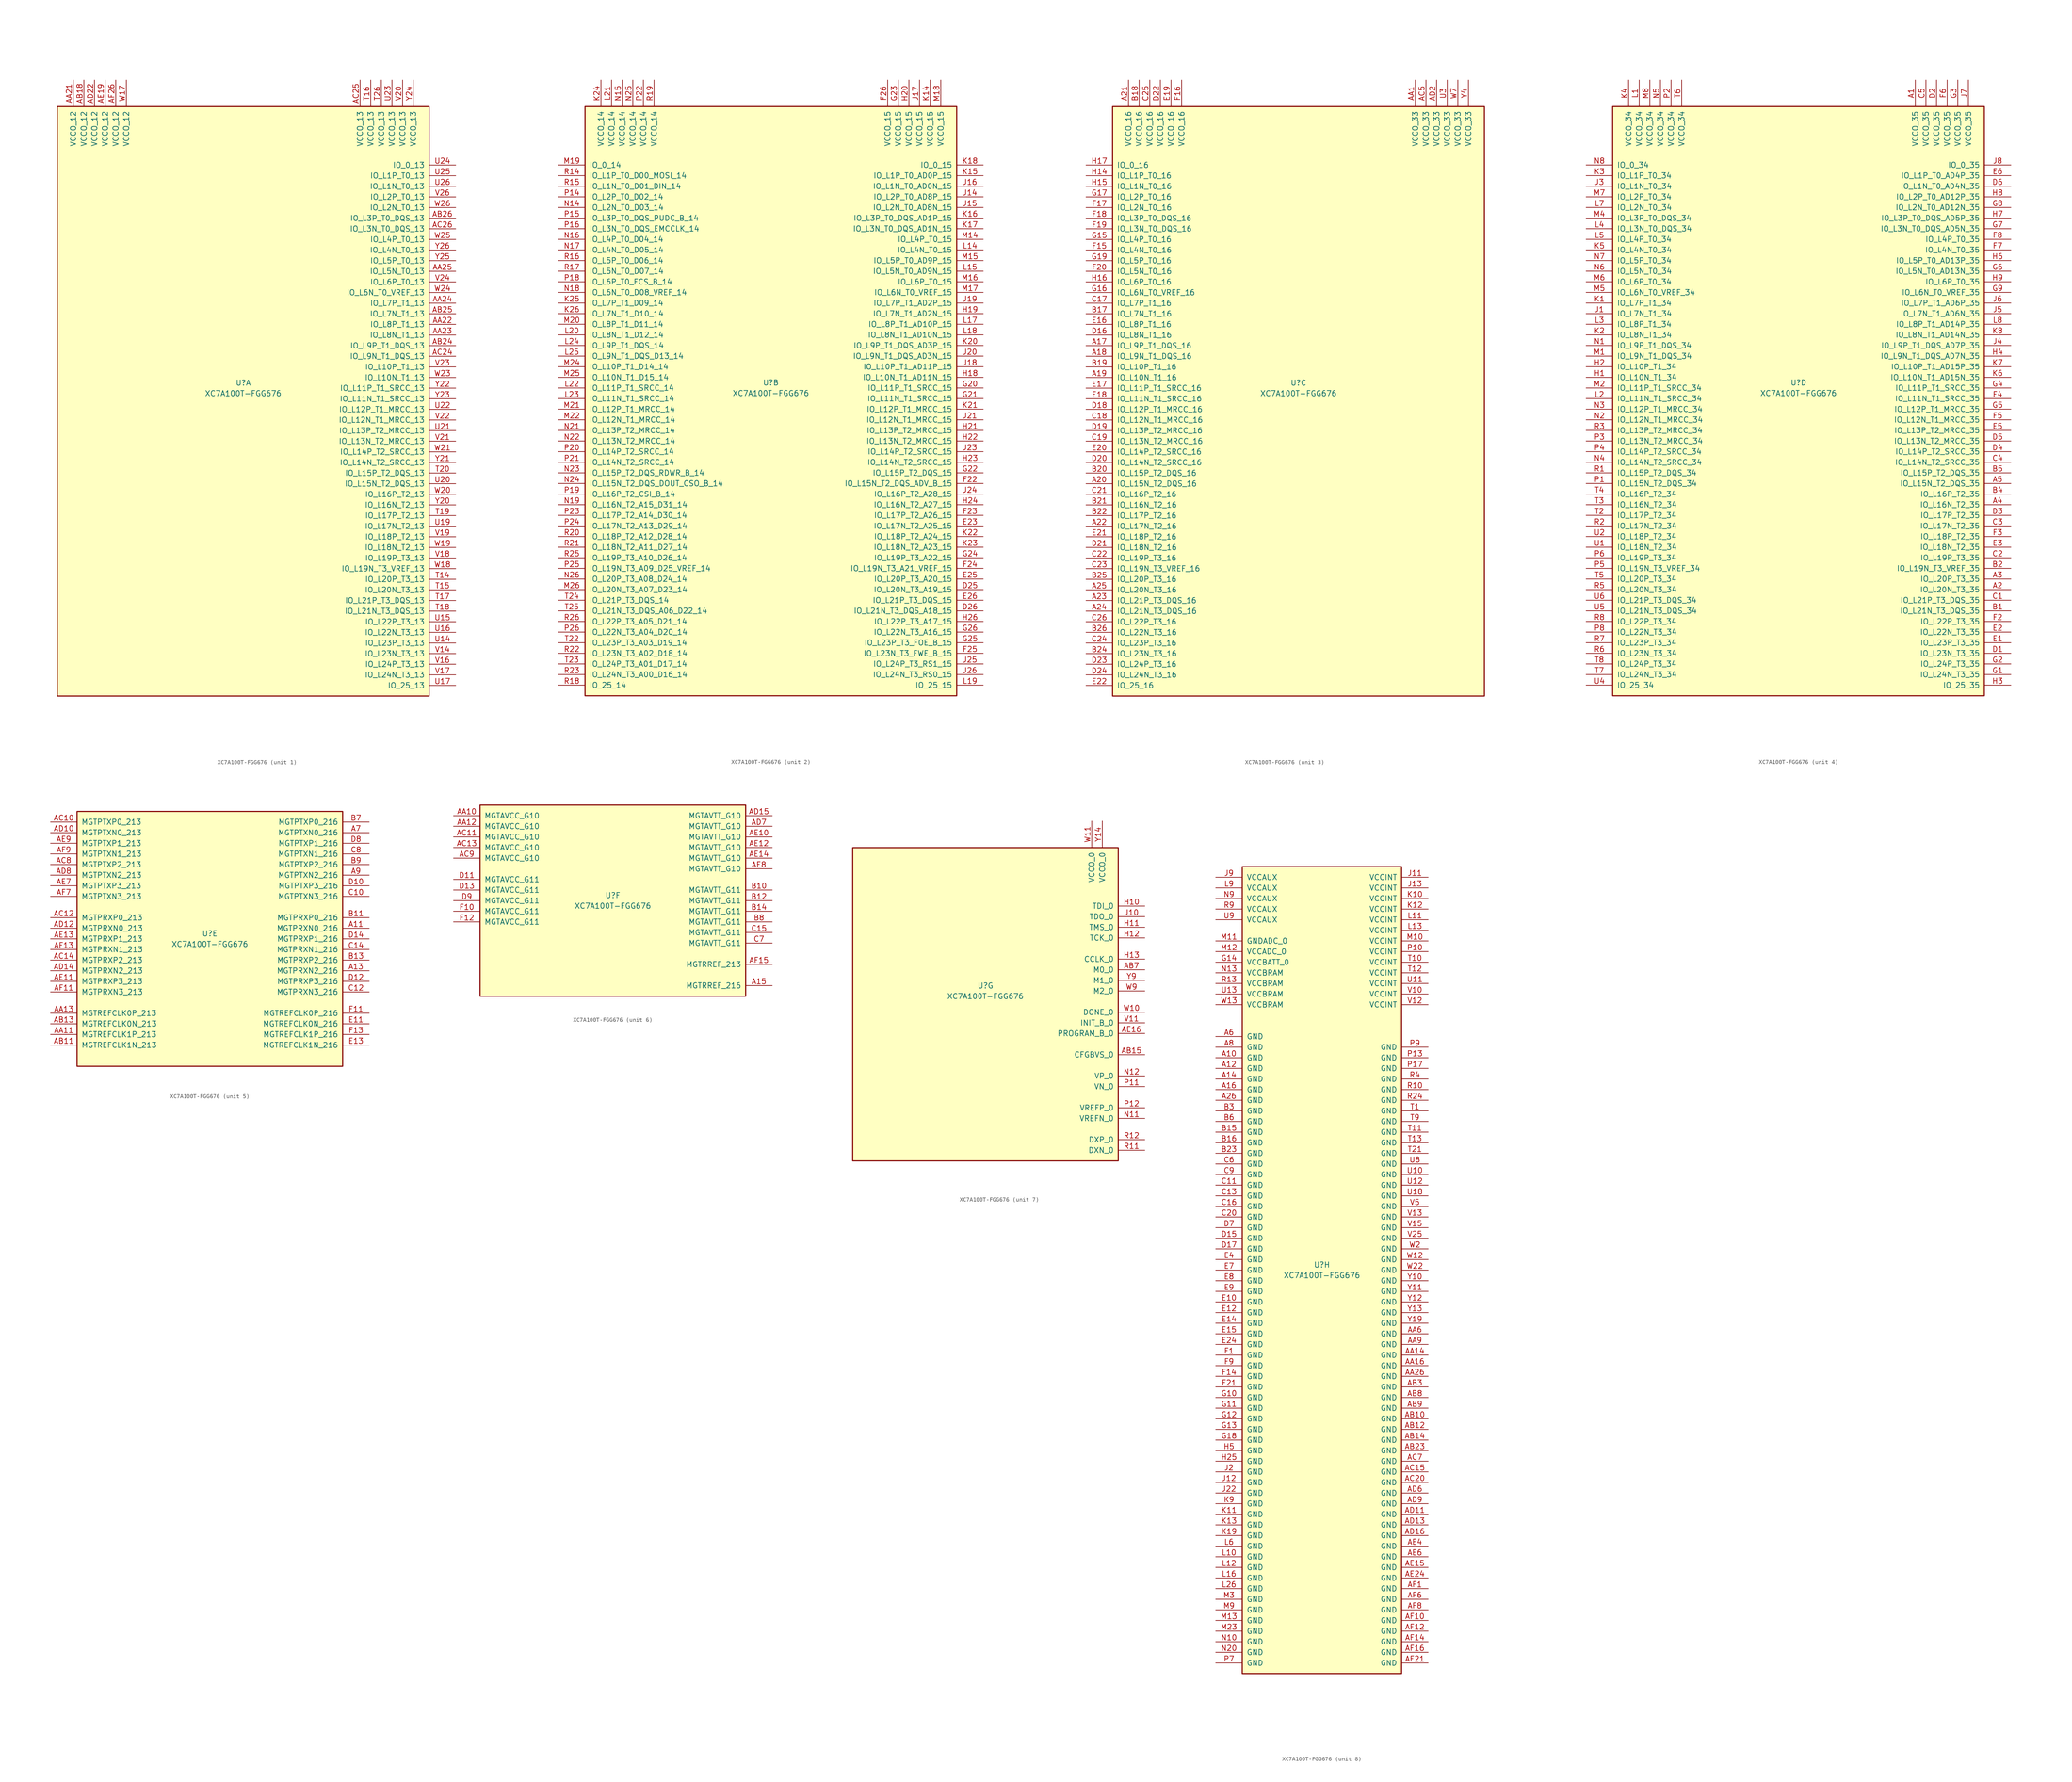
<source format=kicad_sym>
(kicad_symbol_lib
  (version 20231120)
  (generator "kicad_symbol_editor")
  (generator_version "8.0")
  (symbol "XC7A100T-FGG676"
    (pin_names
      (offset 1.016))
    (property "Reference" "U"
      (at 0 1.27 0)
      (effects (font (size 1.27 1.27))))
    (property "Value" "XC7A100T-FGG676"
      (at 0 -1.27 0)
      (effects (font (size 1.27 1.27))))
    (property "Datasheet" ""
      (at 0 0 0)
      (effects (font (size 1.27 1.27))))
    (property "ki_locked" ""
      (at 0 0 0)
      (effects (font (size 1.27 1.27))))
    (symbol "XC7A100T-FGG676_1_1"
      (rectangle (start -44.45 67.31) (end 44.45 -73.66) (stroke (width 0.254) (type solid)) (fill (type background)))
      (pin power_in line (at -40.64 73.66 270) (length 6.35) (name "VCCO_12" (effects (font (size 1.27 1.27)))) (number "AA21" (effects (font (size 1.27 1.27)))))
      (pin bidirectional line (at 50.8 15.24 180) (length 6.35) (name "IO_L8P_T1_13" (effects (font (size 1.27 1.27)))) (number "AA22" (effects (font (size 1.27 1.27)))))
      (pin bidirectional line (at 50.8 12.7 180) (length 6.35) (name "IO_L8N_T1_13" (effects (font (size 1.27 1.27)))) (number "AA23" (effects (font (size 1.27 1.27)))))
      (pin bidirectional line (at 50.8 20.32 180) (length 6.35) (name "IO_L7P_T1_13" (effects (font (size 1.27 1.27)))) (number "AA24" (effects (font (size 1.27 1.27)))))
      (pin bidirectional line (at 50.8 27.94 180) (length 6.35) (name "IO_L5N_T0_13" (effects (font (size 1.27 1.27)))) (number "AA25" (effects (font (size 1.27 1.27)))))
      (pin power_in line (at -38.1 73.66 270) (length 6.35) (name "VCCO_12" (effects (font (size 1.27 1.27)))) (number "AB18" (effects (font (size 1.27 1.27)))))
      (pin bidirectional line (at 50.8 10.16 180) (length 6.35) (name "IO_L9P_T1_DQS_13" (effects (font (size 1.27 1.27)))) (number "AB24" (effects (font (size 1.27 1.27)))))
      (pin bidirectional line (at 50.8 17.78 180) (length 6.35) (name "IO_L7N_T1_13" (effects (font (size 1.27 1.27)))) (number "AB25" (effects (font (size 1.27 1.27)))))
      (pin bidirectional line (at 50.8 40.64 180) (length 6.35) (name "IO_L3P_T0_DQS_13" (effects (font (size 1.27 1.27)))) (number "AB26" (effects (font (size 1.27 1.27)))))
      (pin bidirectional line (at 50.8 7.62 180) (length 6.35) (name "IO_L9N_T1_DQS_13" (effects (font (size 1.27 1.27)))) (number "AC24" (effects (font (size 1.27 1.27)))))
      (pin power_in line (at 27.94 73.66 270) (length 6.35) (name "VCCO_13" (effects (font (size 1.27 1.27)))) (number "AC25" (effects (font (size 1.27 1.27)))))
      (pin bidirectional line (at 50.8 38.1 180) (length 6.35) (name "IO_L3N_T0_DQS_13" (effects (font (size 1.27 1.27)))) (number "AC26" (effects (font (size 1.27 1.27)))))
      (pin power_in line (at -35.56 73.66 270) (length 6.35) (name "VCCO_12" (effects (font (size 1.27 1.27)))) (number "AD22" (effects (font (size 1.27 1.27)))))
      (pin power_in line (at -33.02 73.66 270) (length 6.35) (name "VCCO_12" (effects (font (size 1.27 1.27)))) (number "AE19" (effects (font (size 1.27 1.27)))))
      (pin power_in line (at -30.48 73.66 270) (length 6.35) (name "VCCO_12" (effects (font (size 1.27 1.27)))) (number "AF26" (effects (font (size 1.27 1.27)))))
      (pin bidirectional line (at 50.8 -45.72 180) (length 6.35) (name "IO_L20P_T3_13" (effects (font (size 1.27 1.27)))) (number "T14" (effects (font (size 1.27 1.27)))))
      (pin bidirectional line (at 50.8 -48.26 180) (length 6.35) (name "IO_L20N_T3_13" (effects (font (size 1.27 1.27)))) (number "T15" (effects (font (size 1.27 1.27)))))
      (pin power_in line (at 30.48 73.66 270) (length 6.35) (name "VCCO_13" (effects (font (size 1.27 1.27)))) (number "T16" (effects (font (size 1.27 1.27)))))
      (pin bidirectional line (at 50.8 -50.8 180) (length 6.35) (name "IO_L21P_T3_DQS_13" (effects (font (size 1.27 1.27)))) (number "T17" (effects (font (size 1.27 1.27)))))
      (pin bidirectional line (at 50.8 -53.34 180) (length 6.35) (name "IO_L21N_T3_DQS_13" (effects (font (size 1.27 1.27)))) (number "T18" (effects (font (size 1.27 1.27)))))
      (pin bidirectional line (at 50.8 -30.48 180) (length 6.35) (name "IO_L17P_T2_13" (effects (font (size 1.27 1.27)))) (number "T19" (effects (font (size 1.27 1.27)))))
      (pin bidirectional line (at 50.8 -20.32 180) (length 6.35) (name "IO_L15P_T2_DQS_13" (effects (font (size 1.27 1.27)))) (number "T20" (effects (font (size 1.27 1.27)))))
      (pin power_in line (at 33.02 73.66 270) (length 6.35) (name "VCCO_13" (effects (font (size 1.27 1.27)))) (number "T26" (effects (font (size 1.27 1.27)))))
      (pin bidirectional line (at 50.8 -60.96 180) (length 6.35) (name "IO_L23P_T3_13" (effects (font (size 1.27 1.27)))) (number "U14" (effects (font (size 1.27 1.27)))))
      (pin bidirectional line (at 50.8 -55.88 180) (length 6.35) (name "IO_L22P_T3_13" (effects (font (size 1.27 1.27)))) (number "U15" (effects (font (size 1.27 1.27)))))
      (pin bidirectional line (at 50.8 -58.42 180) (length 6.35) (name "IO_L22N_T3_13" (effects (font (size 1.27 1.27)))) (number "U16" (effects (font (size 1.27 1.27)))))
      (pin bidirectional line (at 50.8 -71.12 180) (length 6.35) (name "IO_25_13" (effects (font (size 1.27 1.27)))) (number "U17" (effects (font (size 1.27 1.27)))))
      (pin bidirectional line (at 50.8 -33.02 180) (length 6.35) (name "IO_L17N_T2_13" (effects (font (size 1.27 1.27)))) (number "U19" (effects (font (size 1.27 1.27)))))
      (pin bidirectional line (at 50.8 -22.86 180) (length 6.35) (name "IO_L15N_T2_DQS_13" (effects (font (size 1.27 1.27)))) (number "U20" (effects (font (size 1.27 1.27)))))
      (pin bidirectional line (at 50.8 -10.16 180) (length 6.35) (name "IO_L13P_T2_MRCC_13" (effects (font (size 1.27 1.27)))) (number "U21" (effects (font (size 1.27 1.27)))))
      (pin bidirectional line (at 50.8 -5.08 180) (length 6.35) (name "IO_L12P_T1_MRCC_13" (effects (font (size 1.27 1.27)))) (number "U22" (effects (font (size 1.27 1.27)))))
      (pin power_in line (at 35.56 73.66 270) (length 6.35) (name "VCCO_13" (effects (font (size 1.27 1.27)))) (number "U23" (effects (font (size 1.27 1.27)))))
      (pin bidirectional line (at 50.8 53.34 180) (length 6.35) (name "IO_0_13" (effects (font (size 1.27 1.27)))) (number "U24" (effects (font (size 1.27 1.27)))))
      (pin bidirectional line (at 50.8 50.8 180) (length 6.35) (name "IO_L1P_T0_13" (effects (font (size 1.27 1.27)))) (number "U25" (effects (font (size 1.27 1.27)))))
      (pin bidirectional line (at 50.8 48.26 180) (length 6.35) (name "IO_L1N_T0_13" (effects (font (size 1.27 1.27)))) (number "U26" (effects (font (size 1.27 1.27)))))
      (pin bidirectional line (at 50.8 -63.5 180) (length 6.35) (name "IO_L23N_T3_13" (effects (font (size 1.27 1.27)))) (number "V14" (effects (font (size 1.27 1.27)))))
      (pin bidirectional line (at 50.8 -66.04 180) (length 6.35) (name "IO_L24P_T3_13" (effects (font (size 1.27 1.27)))) (number "V16" (effects (font (size 1.27 1.27)))))
      (pin bidirectional line (at 50.8 -68.58 180) (length 6.35) (name "IO_L24N_T3_13" (effects (font (size 1.27 1.27)))) (number "V17" (effects (font (size 1.27 1.27)))))
      (pin bidirectional line (at 50.8 -40.64 180) (length 6.35) (name "IO_L19P_T3_13" (effects (font (size 1.27 1.27)))) (number "V18" (effects (font (size 1.27 1.27)))))
      (pin bidirectional line (at 50.8 -35.56 180) (length 6.35) (name "IO_L18P_T2_13" (effects (font (size 1.27 1.27)))) (number "V19" (effects (font (size 1.27 1.27)))))
      (pin power_in line (at 38.1 73.66 270) (length 6.35) (name "VCCO_13" (effects (font (size 1.27 1.27)))) (number "V20" (effects (font (size 1.27 1.27)))))
      (pin bidirectional line (at 50.8 -12.7 180) (length 6.35) (name "IO_L13N_T2_MRCC_13" (effects (font (size 1.27 1.27)))) (number "V21" (effects (font (size 1.27 1.27)))))
      (pin bidirectional line (at 50.8 -7.62 180) (length 6.35) (name "IO_L12N_T1_MRCC_13" (effects (font (size 1.27 1.27)))) (number "V22" (effects (font (size 1.27 1.27)))))
      (pin bidirectional line (at 50.8 5.08 180) (length 6.35) (name "IO_L10P_T1_13" (effects (font (size 1.27 1.27)))) (number "V23" (effects (font (size 1.27 1.27)))))
      (pin bidirectional line (at 50.8 25.4 180) (length 6.35) (name "IO_L6P_T0_13" (effects (font (size 1.27 1.27)))) (number "V24" (effects (font (size 1.27 1.27)))))
      (pin bidirectional line (at 50.8 45.72 180) (length 6.35) (name "IO_L2P_T0_13" (effects (font (size 1.27 1.27)))) (number "V26" (effects (font (size 1.27 1.27)))))
      (pin power_in line (at -27.94 73.66 270) (length 6.35) (name "VCCO_12" (effects (font (size 1.27 1.27)))) (number "W17" (effects (font (size 1.27 1.27)))))
      (pin bidirectional line (at 50.8 -43.18 180) (length 6.35) (name "IO_L19N_T3_VREF_13" (effects (font (size 1.27 1.27)))) (number "W18" (effects (font (size 1.27 1.27)))))
      (pin bidirectional line (at 50.8 -38.1 180) (length 6.35) (name "IO_L18N_T2_13" (effects (font (size 1.27 1.27)))) (number "W19" (effects (font (size 1.27 1.27)))))
      (pin bidirectional line (at 50.8 -25.4 180) (length 6.35) (name "IO_L16P_T2_13" (effects (font (size 1.27 1.27)))) (number "W20" (effects (font (size 1.27 1.27)))))
      (pin bidirectional line (at 50.8 -15.24 180) (length 6.35) (name "IO_L14P_T2_SRCC_13" (effects (font (size 1.27 1.27)))) (number "W21" (effects (font (size 1.27 1.27)))))
      (pin bidirectional line (at 50.8 2.54 180) (length 6.35) (name "IO_L10N_T1_13" (effects (font (size 1.27 1.27)))) (number "W23" (effects (font (size 1.27 1.27)))))
      (pin bidirectional line (at 50.8 22.86 180) (length 6.35) (name "IO_L6N_T0_VREF_13" (effects (font (size 1.27 1.27)))) (number "W24" (effects (font (size 1.27 1.27)))))
      (pin bidirectional line (at 50.8 35.56 180) (length 6.35) (name "IO_L4P_T0_13" (effects (font (size 1.27 1.27)))) (number "W25" (effects (font (size 1.27 1.27)))))
      (pin bidirectional line (at 50.8 43.18 180) (length 6.35) (name "IO_L2N_T0_13" (effects (font (size 1.27 1.27)))) (number "W26" (effects (font (size 1.27 1.27)))))
      (pin bidirectional line (at 50.8 -27.94 180) (length 6.35) (name "IO_L16N_T2_13" (effects (font (size 1.27 1.27)))) (number "Y20" (effects (font (size 1.27 1.27)))))
      (pin bidirectional line (at 50.8 -17.78 180) (length 6.35) (name "IO_L14N_T2_SRCC_13" (effects (font (size 1.27 1.27)))) (number "Y21" (effects (font (size 1.27 1.27)))))
      (pin bidirectional line (at 50.8 0 180) (length 6.35) (name "IO_L11P_T1_SRCC_13" (effects (font (size 1.27 1.27)))) (number "Y22" (effects (font (size 1.27 1.27)))))
      (pin bidirectional line (at 50.8 -2.54 180) (length 6.35) (name "IO_L11N_T1_SRCC_13" (effects (font (size 1.27 1.27)))) (number "Y23" (effects (font (size 1.27 1.27)))))
      (pin power_in line (at 40.64 73.66 270) (length 6.35) (name "VCCO_13" (effects (font (size 1.27 1.27)))) (number "Y24" (effects (font (size 1.27 1.27)))))
      (pin bidirectional line (at 50.8 30.48 180) (length 6.35) (name "IO_L5P_T0_13" (effects (font (size 1.27 1.27)))) (number "Y25" (effects (font (size 1.27 1.27)))))
      (pin bidirectional line (at 50.8 33.02 180) (length 6.35) (name "IO_L4N_T0_13" (effects (font (size 1.27 1.27)))) (number "Y26" (effects (font (size 1.27 1.27))))))
    (symbol "XC7A100T-FGG676_2_1"
      (rectangle (start -44.45 67.31) (end 44.45 -73.66) (stroke (width 0.254) (type solid)) (fill (type background)))
      (pin bidirectional line (at 50.8 -48.26 180) (length 6.35) (name "IO_L20N_T3_A19_15" (effects (font (size 1.27 1.27)))) (number "D25" (effects (font (size 1.27 1.27)))))
      (pin bidirectional line (at 50.8 -53.34 180) (length 6.35) (name "IO_L21N_T3_DQS_A18_15" (effects (font (size 1.27 1.27)))) (number "D26" (effects (font (size 1.27 1.27)))))
      (pin bidirectional line (at 50.8 -33.02 180) (length 6.35) (name "IO_L17N_T2_A25_15" (effects (font (size 1.27 1.27)))) (number "E23" (effects (font (size 1.27 1.27)))))
      (pin bidirectional line (at 50.8 -45.72 180) (length 6.35) (name "IO_L20P_T3_A20_15" (effects (font (size 1.27 1.27)))) (number "E25" (effects (font (size 1.27 1.27)))))
      (pin bidirectional line (at 50.8 -50.8 180) (length 6.35) (name "IO_L21P_T3_DQS_15" (effects (font (size 1.27 1.27)))) (number "E26" (effects (font (size 1.27 1.27)))))
      (pin bidirectional line (at 50.8 -22.86 180) (length 6.35) (name "IO_L15N_T2_DQS_ADV_B_15" (effects (font (size 1.27 1.27)))) (number "F22" (effects (font (size 1.27 1.27)))))
      (pin bidirectional line (at 50.8 -30.48 180) (length 6.35) (name "IO_L17P_T2_A26_15" (effects (font (size 1.27 1.27)))) (number "F23" (effects (font (size 1.27 1.27)))))
      (pin bidirectional line (at 50.8 -43.18 180) (length 6.35) (name "IO_L19N_T3_A21_VREF_15" (effects (font (size 1.27 1.27)))) (number "F24" (effects (font (size 1.27 1.27)))))
      (pin bidirectional line (at 50.8 -63.5 180) (length 6.35) (name "IO_L23N_T3_FWE_B_15" (effects (font (size 1.27 1.27)))) (number "F25" (effects (font (size 1.27 1.27)))))
      (pin power_in line (at 27.94 73.66 270) (length 6.35) (name "VCCO_15" (effects (font (size 1.27 1.27)))) (number "F26" (effects (font (size 1.27 1.27)))))
      (pin bidirectional line (at 50.8 0 180) (length 6.35) (name "IO_L11P_T1_SRCC_15" (effects (font (size 1.27 1.27)))) (number "G20" (effects (font (size 1.27 1.27)))))
      (pin bidirectional line (at 50.8 -2.54 180) (length 6.35) (name "IO_L11N_T1_SRCC_15" (effects (font (size 1.27 1.27)))) (number "G21" (effects (font (size 1.27 1.27)))))
      (pin bidirectional line (at 50.8 -20.32 180) (length 6.35) (name "IO_L15P_T2_DQS_15" (effects (font (size 1.27 1.27)))) (number "G22" (effects (font (size 1.27 1.27)))))
      (pin power_in line (at 30.48 73.66 270) (length 6.35) (name "VCCO_15" (effects (font (size 1.27 1.27)))) (number "G23" (effects (font (size 1.27 1.27)))))
      (pin bidirectional line (at 50.8 -40.64 180) (length 6.35) (name "IO_L19P_T3_A22_15" (effects (font (size 1.27 1.27)))) (number "G24" (effects (font (size 1.27 1.27)))))
      (pin bidirectional line (at 50.8 -60.96 180) (length 6.35) (name "IO_L23P_T3_FOE_B_15" (effects (font (size 1.27 1.27)))) (number "G25" (effects (font (size 1.27 1.27)))))
      (pin bidirectional line (at 50.8 -58.42 180) (length 6.35) (name "IO_L22N_T3_A16_15" (effects (font (size 1.27 1.27)))) (number "G26" (effects (font (size 1.27 1.27)))))
      (pin bidirectional line (at 50.8 2.54 180) (length 6.35) (name "IO_L10N_T1_AD11N_15" (effects (font (size 1.27 1.27)))) (number "H18" (effects (font (size 1.27 1.27)))))
      (pin bidirectional line (at 50.8 17.78 180) (length 6.35) (name "IO_L7N_T1_AD2N_15" (effects (font (size 1.27 1.27)))) (number "H19" (effects (font (size 1.27 1.27)))))
      (pin power_in line (at 33.02 73.66 270) (length 6.35) (name "VCCO_15" (effects (font (size 1.27 1.27)))) (number "H20" (effects (font (size 1.27 1.27)))))
      (pin bidirectional line (at 50.8 -10.16 180) (length 6.35) (name "IO_L13P_T2_MRCC_15" (effects (font (size 1.27 1.27)))) (number "H21" (effects (font (size 1.27 1.27)))))
      (pin bidirectional line (at 50.8 -12.7 180) (length 6.35) (name "IO_L13N_T2_MRCC_15" (effects (font (size 1.27 1.27)))) (number "H22" (effects (font (size 1.27 1.27)))))
      (pin bidirectional line (at 50.8 -17.78 180) (length 6.35) (name "IO_L14N_T2_SRCC_15" (effects (font (size 1.27 1.27)))) (number "H23" (effects (font (size 1.27 1.27)))))
      (pin bidirectional line (at 50.8 -27.94 180) (length 6.35) (name "IO_L16N_T2_A27_15" (effects (font (size 1.27 1.27)))) (number "H24" (effects (font (size 1.27 1.27)))))
      (pin bidirectional line (at 50.8 -55.88 180) (length 6.35) (name "IO_L22P_T3_A17_15" (effects (font (size 1.27 1.27)))) (number "H26" (effects (font (size 1.27 1.27)))))
      (pin bidirectional line (at 50.8 45.72 180) (length 6.35) (name "IO_L2P_T0_AD8P_15" (effects (font (size 1.27 1.27)))) (number "J14" (effects (font (size 1.27 1.27)))))
      (pin bidirectional line (at 50.8 43.18 180) (length 6.35) (name "IO_L2N_T0_AD8N_15" (effects (font (size 1.27 1.27)))) (number "J15" (effects (font (size 1.27 1.27)))))
      (pin bidirectional line (at 50.8 48.26 180) (length 6.35) (name "IO_L1N_T0_AD0N_15" (effects (font (size 1.27 1.27)))) (number "J16" (effects (font (size 1.27 1.27)))))
      (pin power_in line (at 35.56 73.66 270) (length 6.35) (name "VCCO_15" (effects (font (size 1.27 1.27)))) (number "J17" (effects (font (size 1.27 1.27)))))
      (pin bidirectional line (at 50.8 5.08 180) (length 6.35) (name "IO_L10P_T1_AD11P_15" (effects (font (size 1.27 1.27)))) (number "J18" (effects (font (size 1.27 1.27)))))
      (pin bidirectional line (at 50.8 20.32 180) (length 6.35) (name "IO_L7P_T1_AD2P_15" (effects (font (size 1.27 1.27)))) (number "J19" (effects (font (size 1.27 1.27)))))
      (pin bidirectional line (at 50.8 7.62 180) (length 6.35) (name "IO_L9N_T1_DQS_AD3N_15" (effects (font (size 1.27 1.27)))) (number "J20" (effects (font (size 1.27 1.27)))))
      (pin bidirectional line (at 50.8 -7.62 180) (length 6.35) (name "IO_L12N_T1_MRCC_15" (effects (font (size 1.27 1.27)))) (number "J21" (effects (font (size 1.27 1.27)))))
      (pin bidirectional line (at 50.8 -15.24 180) (length 6.35) (name "IO_L14P_T2_SRCC_15" (effects (font (size 1.27 1.27)))) (number "J23" (effects (font (size 1.27 1.27)))))
      (pin bidirectional line (at 50.8 -25.4 180) (length 6.35) (name "IO_L16P_T2_A28_15" (effects (font (size 1.27 1.27)))) (number "J24" (effects (font (size 1.27 1.27)))))
      (pin bidirectional line (at 50.8 -66.04 180) (length 6.35) (name "IO_L24P_T3_RS1_15" (effects (font (size 1.27 1.27)))) (number "J25" (effects (font (size 1.27 1.27)))))
      (pin bidirectional line (at 50.8 -68.58 180) (length 6.35) (name "IO_L24N_T3_RS0_15" (effects (font (size 1.27 1.27)))) (number "J26" (effects (font (size 1.27 1.27)))))
      (pin power_in line (at 38.1 73.66 270) (length 6.35) (name "VCCO_15" (effects (font (size 1.27 1.27)))) (number "K14" (effects (font (size 1.27 1.27)))))
      (pin bidirectional line (at 50.8 50.8 180) (length 6.35) (name "IO_L1P_T0_AD0P_15" (effects (font (size 1.27 1.27)))) (number "K15" (effects (font (size 1.27 1.27)))))
      (pin bidirectional line (at 50.8 40.64 180) (length 6.35) (name "IO_L3P_T0_DQS_AD1P_15" (effects (font (size 1.27 1.27)))) (number "K16" (effects (font (size 1.27 1.27)))))
      (pin bidirectional line (at 50.8 38.1 180) (length 6.35) (name "IO_L3N_T0_DQS_AD1N_15" (effects (font (size 1.27 1.27)))) (number "K17" (effects (font (size 1.27 1.27)))))
      (pin bidirectional line (at 50.8 53.34 180) (length 6.35) (name "IO_0_15" (effects (font (size 1.27 1.27)))) (number "K18" (effects (font (size 1.27 1.27)))))
      (pin bidirectional line (at 50.8 10.16 180) (length 6.35) (name "IO_L9P_T1_DQS_AD3P_15" (effects (font (size 1.27 1.27)))) (number "K20" (effects (font (size 1.27 1.27)))))
      (pin bidirectional line (at 50.8 -5.08 180) (length 6.35) (name "IO_L12P_T1_MRCC_15" (effects (font (size 1.27 1.27)))) (number "K21" (effects (font (size 1.27 1.27)))))
      (pin bidirectional line (at 50.8 -35.56 180) (length 6.35) (name "IO_L18P_T2_A24_15" (effects (font (size 1.27 1.27)))) (number "K22" (effects (font (size 1.27 1.27)))))
      (pin bidirectional line (at 50.8 -38.1 180) (length 6.35) (name "IO_L18N_T2_A23_15" (effects (font (size 1.27 1.27)))) (number "K23" (effects (font (size 1.27 1.27)))))
      (pin power_in line (at -40.64 73.66 270) (length 6.35) (name "VCCO_14" (effects (font (size 1.27 1.27)))) (number "K24" (effects (font (size 1.27 1.27)))))
      (pin bidirectional line (at -50.8 20.32 0) (length 6.35) (name "IO_L7P_T1_D09_14" (effects (font (size 1.27 1.27)))) (number "K25" (effects (font (size 1.27 1.27)))))
      (pin bidirectional line (at -50.8 17.78 0) (length 6.35) (name "IO_L7N_T1_D10_14" (effects (font (size 1.27 1.27)))) (number "K26" (effects (font (size 1.27 1.27)))))
      (pin bidirectional line (at 50.8 33.02 180) (length 6.35) (name "IO_L4N_T0_15" (effects (font (size 1.27 1.27)))) (number "L14" (effects (font (size 1.27 1.27)))))
      (pin bidirectional line (at 50.8 27.94 180) (length 6.35) (name "IO_L5N_T0_AD9N_15" (effects (font (size 1.27 1.27)))) (number "L15" (effects (font (size 1.27 1.27)))))
      (pin bidirectional line (at 50.8 15.24 180) (length 6.35) (name "IO_L8P_T1_AD10P_15" (effects (font (size 1.27 1.27)))) (number "L17" (effects (font (size 1.27 1.27)))))
      (pin bidirectional line (at 50.8 12.7 180) (length 6.35) (name "IO_L8N_T1_AD10N_15" (effects (font (size 1.27 1.27)))) (number "L18" (effects (font (size 1.27 1.27)))))
      (pin bidirectional line (at 50.8 -71.12 180) (length 6.35) (name "IO_25_15" (effects (font (size 1.27 1.27)))) (number "L19" (effects (font (size 1.27 1.27)))))
      (pin bidirectional line (at -50.8 12.7 0) (length 6.35) (name "IO_L8N_T1_D12_14" (effects (font (size 1.27 1.27)))) (number "L20" (effects (font (size 1.27 1.27)))))
      (pin power_in line (at -38.1 73.66 270) (length 6.35) (name "VCCO_14" (effects (font (size 1.27 1.27)))) (number "L21" (effects (font (size 1.27 1.27)))))
      (pin bidirectional line (at -50.8 0 0) (length 6.35) (name "IO_L11P_T1_SRCC_14" (effects (font (size 1.27 1.27)))) (number "L22" (effects (font (size 1.27 1.27)))))
      (pin bidirectional line (at -50.8 -2.54 0) (length 6.35) (name "IO_L11N_T1_SRCC_14" (effects (font (size 1.27 1.27)))) (number "L23" (effects (font (size 1.27 1.27)))))
      (pin bidirectional line (at -50.8 10.16 0) (length 6.35) (name "IO_L9P_T1_DQS_14" (effects (font (size 1.27 1.27)))) (number "L24" (effects (font (size 1.27 1.27)))))
      (pin bidirectional line (at -50.8 7.62 0) (length 6.35) (name "IO_L9N_T1_DQS_D13_14" (effects (font (size 1.27 1.27)))) (number "L25" (effects (font (size 1.27 1.27)))))
      (pin bidirectional line (at 50.8 35.56 180) (length 6.35) (name "IO_L4P_T0_15" (effects (font (size 1.27 1.27)))) (number "M14" (effects (font (size 1.27 1.27)))))
      (pin bidirectional line (at 50.8 30.48 180) (length 6.35) (name "IO_L5P_T0_AD9P_15" (effects (font (size 1.27 1.27)))) (number "M15" (effects (font (size 1.27 1.27)))))
      (pin bidirectional line (at 50.8 25.4 180) (length 6.35) (name "IO_L6P_T0_15" (effects (font (size 1.27 1.27)))) (number "M16" (effects (font (size 1.27 1.27)))))
      (pin bidirectional line (at 50.8 22.86 180) (length 6.35) (name "IO_L6N_T0_VREF_15" (effects (font (size 1.27 1.27)))) (number "M17" (effects (font (size 1.27 1.27)))))
      (pin power_in line (at 40.64 73.66 270) (length 6.35) (name "VCCO_15" (effects (font (size 1.27 1.27)))) (number "M18" (effects (font (size 1.27 1.27)))))
      (pin bidirectional line (at -50.8 53.34 0) (length 6.35) (name "IO_0_14" (effects (font (size 1.27 1.27)))) (number "M19" (effects (font (size 1.27 1.27)))))
      (pin bidirectional line (at -50.8 15.24 0) (length 6.35) (name "IO_L8P_T1_D11_14" (effects (font (size 1.27 1.27)))) (number "M20" (effects (font (size 1.27 1.27)))))
      (pin bidirectional line (at -50.8 -5.08 0) (length 6.35) (name "IO_L12P_T1_MRCC_14" (effects (font (size 1.27 1.27)))) (number "M21" (effects (font (size 1.27 1.27)))))
      (pin bidirectional line (at -50.8 -7.62 0) (length 6.35) (name "IO_L12N_T1_MRCC_14" (effects (font (size 1.27 1.27)))) (number "M22" (effects (font (size 1.27 1.27)))))
      (pin bidirectional line (at -50.8 5.08 0) (length 6.35) (name "IO_L10P_T1_D14_14" (effects (font (size 1.27 1.27)))) (number "M24" (effects (font (size 1.27 1.27)))))
      (pin bidirectional line (at -50.8 2.54 0) (length 6.35) (name "IO_L10N_T1_D15_14" (effects (font (size 1.27 1.27)))) (number "M25" (effects (font (size 1.27 1.27)))))
      (pin bidirectional line (at -50.8 -48.26 0) (length 6.35) (name "IO_L20N_T3_A07_D23_14" (effects (font (size 1.27 1.27)))) (number "M26" (effects (font (size 1.27 1.27)))))
      (pin bidirectional line (at -50.8 43.18 0) (length 6.35) (name "IO_L2N_T0_D03_14" (effects (font (size 1.27 1.27)))) (number "N14" (effects (font (size 1.27 1.27)))))
      (pin power_in line (at -35.56 73.66 270) (length 6.35) (name "VCCO_14" (effects (font (size 1.27 1.27)))) (number "N15" (effects (font (size 1.27 1.27)))))
      (pin bidirectional line (at -50.8 35.56 0) (length 6.35) (name "IO_L4P_T0_D04_14" (effects (font (size 1.27 1.27)))) (number "N16" (effects (font (size 1.27 1.27)))))
      (pin bidirectional line (at -50.8 33.02 0) (length 6.35) (name "IO_L4N_T0_D05_14" (effects (font (size 1.27 1.27)))) (number "N17" (effects (font (size 1.27 1.27)))))
      (pin bidirectional line (at -50.8 22.86 0) (length 6.35) (name "IO_L6N_T0_D08_VREF_14" (effects (font (size 1.27 1.27)))) (number "N18" (effects (font (size 1.27 1.27)))))
      (pin bidirectional line (at -50.8 -27.94 0) (length 6.35) (name "IO_L16N_T2_A15_D31_14" (effects (font (size 1.27 1.27)))) (number "N19" (effects (font (size 1.27 1.27)))))
      (pin bidirectional line (at -50.8 -10.16 0) (length 6.35) (name "IO_L13P_T2_MRCC_14" (effects (font (size 1.27 1.27)))) (number "N21" (effects (font (size 1.27 1.27)))))
      (pin bidirectional line (at -50.8 -12.7 0) (length 6.35) (name "IO_L13N_T2_MRCC_14" (effects (font (size 1.27 1.27)))) (number "N22" (effects (font (size 1.27 1.27)))))
      (pin bidirectional line (at -50.8 -20.32 0) (length 6.35) (name "IO_L15P_T2_DQS_RDWR_B_14" (effects (font (size 1.27 1.27)))) (number "N23" (effects (font (size 1.27 1.27)))))
      (pin bidirectional line (at -50.8 -22.86 0) (length 6.35) (name "IO_L15N_T2_DQS_DOUT_CSO_B_14" (effects (font (size 1.27 1.27)))) (number "N24" (effects (font (size 1.27 1.27)))))
      (pin power_in line (at -33.02 73.66 270) (length 6.35) (name "VCCO_14" (effects (font (size 1.27 1.27)))) (number "N25" (effects (font (size 1.27 1.27)))))
      (pin bidirectional line (at -50.8 -45.72 0) (length 6.35) (name "IO_L20P_T3_A08_D24_14" (effects (font (size 1.27 1.27)))) (number "N26" (effects (font (size 1.27 1.27)))))
      (pin bidirectional line (at -50.8 45.72 0) (length 6.35) (name "IO_L2P_T0_D02_14" (effects (font (size 1.27 1.27)))) (number "P14" (effects (font (size 1.27 1.27)))))
      (pin bidirectional line (at -50.8 40.64 0) (length 6.35) (name "IO_L3P_T0_DQS_PUDC_B_14" (effects (font (size 1.27 1.27)))) (number "P15" (effects (font (size 1.27 1.27)))))
      (pin bidirectional line (at -50.8 38.1 0) (length 6.35) (name "IO_L3N_T0_DQS_EMCCLK_14" (effects (font (size 1.27 1.27)))) (number "P16" (effects (font (size 1.27 1.27)))))
      (pin bidirectional line (at -50.8 25.4 0) (length 6.35) (name "IO_L6P_T0_FCS_B_14" (effects (font (size 1.27 1.27)))) (number "P18" (effects (font (size 1.27 1.27)))))
      (pin bidirectional line (at -50.8 -25.4 0) (length 6.35) (name "IO_L16P_T2_CSI_B_14" (effects (font (size 1.27 1.27)))) (number "P19" (effects (font (size 1.27 1.27)))))
      (pin bidirectional line (at -50.8 -15.24 0) (length 6.35) (name "IO_L14P_T2_SRCC_14" (effects (font (size 1.27 1.27)))) (number "P20" (effects (font (size 1.27 1.27)))))
      (pin bidirectional line (at -50.8 -17.78 0) (length 6.35) (name "IO_L14N_T2_SRCC_14" (effects (font (size 1.27 1.27)))) (number "P21" (effects (font (size 1.27 1.27)))))
      (pin power_in line (at -30.48 73.66 270) (length 6.35) (name "VCCO_14" (effects (font (size 1.27 1.27)))) (number "P22" (effects (font (size 1.27 1.27)))))
      (pin bidirectional line (at -50.8 -30.48 0) (length 6.35) (name "IO_L17P_T2_A14_D30_14" (effects (font (size 1.27 1.27)))) (number "P23" (effects (font (size 1.27 1.27)))))
      (pin bidirectional line (at -50.8 -33.02 0) (length 6.35) (name "IO_L17N_T2_A13_D29_14" (effects (font (size 1.27 1.27)))) (number "P24" (effects (font (size 1.27 1.27)))))
      (pin bidirectional line (at -50.8 -43.18 0) (length 6.35) (name "IO_L19N_T3_A09_D25_VREF_14" (effects (font (size 1.27 1.27)))) (number "P25" (effects (font (size 1.27 1.27)))))
      (pin bidirectional line (at -50.8 -58.42 0) (length 6.35) (name "IO_L22N_T3_A04_D20_14" (effects (font (size 1.27 1.27)))) (number "P26" (effects (font (size 1.27 1.27)))))
      (pin bidirectional line (at -50.8 50.8 0) (length 6.35) (name "IO_L1P_T0_D00_MOSI_14" (effects (font (size 1.27 1.27)))) (number "R14" (effects (font (size 1.27 1.27)))))
      (pin bidirectional line (at -50.8 48.26 0) (length 6.35) (name "IO_L1N_T0_D01_DIN_14" (effects (font (size 1.27 1.27)))) (number "R15" (effects (font (size 1.27 1.27)))))
      (pin bidirectional line (at -50.8 30.48 0) (length 6.35) (name "IO_L5P_T0_D06_14" (effects (font (size 1.27 1.27)))) (number "R16" (effects (font (size 1.27 1.27)))))
      (pin bidirectional line (at -50.8 27.94 0) (length 6.35) (name "IO_L5N_T0_D07_14" (effects (font (size 1.27 1.27)))) (number "R17" (effects (font (size 1.27 1.27)))))
      (pin bidirectional line (at -50.8 -71.12 0) (length 6.35) (name "IO_25_14" (effects (font (size 1.27 1.27)))) (number "R18" (effects (font (size 1.27 1.27)))))
      (pin power_in line (at -27.94 73.66 270) (length 6.35) (name "VCCO_14" (effects (font (size 1.27 1.27)))) (number "R19" (effects (font (size 1.27 1.27)))))
      (pin bidirectional line (at -50.8 -35.56 0) (length 6.35) (name "IO_L18P_T2_A12_D28_14" (effects (font (size 1.27 1.27)))) (number "R20" (effects (font (size 1.27 1.27)))))
      (pin bidirectional line (at -50.8 -38.1 0) (length 6.35) (name "IO_L18N_T2_A11_D27_14" (effects (font (size 1.27 1.27)))) (number "R21" (effects (font (size 1.27 1.27)))))
      (pin bidirectional line (at -50.8 -63.5 0) (length 6.35) (name "IO_L23N_T3_A02_D18_14" (effects (font (size 1.27 1.27)))) (number "R22" (effects (font (size 1.27 1.27)))))
      (pin bidirectional line (at -50.8 -68.58 0) (length 6.35) (name "IO_L24N_T3_A00_D16_14" (effects (font (size 1.27 1.27)))) (number "R23" (effects (font (size 1.27 1.27)))))
      (pin bidirectional line (at -50.8 -40.64 0) (length 6.35) (name "IO_L19P_T3_A10_D26_14" (effects (font (size 1.27 1.27)))) (number "R25" (effects (font (size 1.27 1.27)))))
      (pin bidirectional line (at -50.8 -55.88 0) (length 6.35) (name "IO_L22P_T3_A05_D21_14" (effects (font (size 1.27 1.27)))) (number "R26" (effects (font (size 1.27 1.27)))))
      (pin bidirectional line (at -50.8 -60.96 0) (length 6.35) (name "IO_L23P_T3_A03_D19_14" (effects (font (size 1.27 1.27)))) (number "T22" (effects (font (size 1.27 1.27)))))
      (pin bidirectional line (at -50.8 -66.04 0) (length 6.35) (name "IO_L24P_T3_A01_D17_14" (effects (font (size 1.27 1.27)))) (number "T23" (effects (font (size 1.27 1.27)))))
      (pin bidirectional line (at -50.8 -50.8 0) (length 6.35) (name "IO_L21P_T3_DQS_14" (effects (font (size 1.27 1.27)))) (number "T24" (effects (font (size 1.27 1.27)))))
      (pin bidirectional line (at -50.8 -53.34 0) (length 6.35) (name "IO_L21N_T3_DQS_A06_D22_14" (effects (font (size 1.27 1.27)))) (number "T25" (effects (font (size 1.27 1.27))))))
    (symbol "XC7A100T-FGG676_3_1"
      (rectangle (start -44.45 67.31) (end 44.45 -73.66) (stroke (width 0.254) (type solid)) (fill (type background)))
      (pin bidirectional line (at -50.8 10.16 0) (length 6.35) (name "IO_L9P_T1_DQS_16" (effects (font (size 1.27 1.27)))) (number "A17" (effects (font (size 1.27 1.27)))))
      (pin bidirectional line (at -50.8 7.62 0) (length 6.35) (name "IO_L9N_T1_DQS_16" (effects (font (size 1.27 1.27)))) (number "A18" (effects (font (size 1.27 1.27)))))
      (pin bidirectional line (at -50.8 2.54 0) (length 6.35) (name "IO_L10N_T1_16" (effects (font (size 1.27 1.27)))) (number "A19" (effects (font (size 1.27 1.27)))))
      (pin bidirectional line (at -50.8 -22.86 0) (length 6.35) (name "IO_L15N_T2_DQS_16" (effects (font (size 1.27 1.27)))) (number "A20" (effects (font (size 1.27 1.27)))))
      (pin power_in line (at -40.64 73.66 270) (length 6.35) (name "VCCO_16" (effects (font (size 1.27 1.27)))) (number "A21" (effects (font (size 1.27 1.27)))))
      (pin bidirectional line (at -50.8 -33.02 0) (length 6.35) (name "IO_L17N_T2_16" (effects (font (size 1.27 1.27)))) (number "A22" (effects (font (size 1.27 1.27)))))
      (pin bidirectional line (at -50.8 -50.8 0) (length 6.35) (name "IO_L21P_T3_DQS_16" (effects (font (size 1.27 1.27)))) (number "A23" (effects (font (size 1.27 1.27)))))
      (pin bidirectional line (at -50.8 -53.34 0) (length 6.35) (name "IO_L21N_T3_DQS_16" (effects (font (size 1.27 1.27)))) (number "A24" (effects (font (size 1.27 1.27)))))
      (pin bidirectional line (at -50.8 -48.26 0) (length 6.35) (name "IO_L20N_T3_16" (effects (font (size 1.27 1.27)))) (number "A25" (effects (font (size 1.27 1.27)))))
      (pin power_in line (at 27.94 73.66 270) (length 6.35) (name "VCCO_33" (effects (font (size 1.27 1.27)))) (number "AA1" (effects (font (size 1.27 1.27)))))
      (pin power_in line (at 30.48 73.66 270) (length 6.35) (name "VCCO_33" (effects (font (size 1.27 1.27)))) (number "AC5" (effects (font (size 1.27 1.27)))))
      (pin power_in line (at 33.02 73.66 270) (length 6.35) (name "VCCO_33" (effects (font (size 1.27 1.27)))) (number "AD2" (effects (font (size 1.27 1.27)))))
      (pin bidirectional line (at -50.8 17.78 0) (length 6.35) (name "IO_L7N_T1_16" (effects (font (size 1.27 1.27)))) (number "B17" (effects (font (size 1.27 1.27)))))
      (pin power_in line (at -38.1 73.66 270) (length 6.35) (name "VCCO_16" (effects (font (size 1.27 1.27)))) (number "B18" (effects (font (size 1.27 1.27)))))
      (pin bidirectional line (at -50.8 5.08 0) (length 6.35) (name "IO_L10P_T1_16" (effects (font (size 1.27 1.27)))) (number "B19" (effects (font (size 1.27 1.27)))))
      (pin bidirectional line (at -50.8 -20.32 0) (length 6.35) (name "IO_L15P_T2_DQS_16" (effects (font (size 1.27 1.27)))) (number "B20" (effects (font (size 1.27 1.27)))))
      (pin bidirectional line (at -50.8 -27.94 0) (length 6.35) (name "IO_L16N_T2_16" (effects (font (size 1.27 1.27)))) (number "B21" (effects (font (size 1.27 1.27)))))
      (pin bidirectional line (at -50.8 -30.48 0) (length 6.35) (name "IO_L17P_T2_16" (effects (font (size 1.27 1.27)))) (number "B22" (effects (font (size 1.27 1.27)))))
      (pin bidirectional line (at -50.8 -63.5 0) (length 6.35) (name "IO_L23N_T3_16" (effects (font (size 1.27 1.27)))) (number "B24" (effects (font (size 1.27 1.27)))))
      (pin bidirectional line (at -50.8 -45.72 0) (length 6.35) (name "IO_L20P_T3_16" (effects (font (size 1.27 1.27)))) (number "B25" (effects (font (size 1.27 1.27)))))
      (pin bidirectional line (at -50.8 -58.42 0) (length 6.35) (name "IO_L22N_T3_16" (effects (font (size 1.27 1.27)))) (number "B26" (effects (font (size 1.27 1.27)))))
      (pin bidirectional line (at -50.8 20.32 0) (length 6.35) (name "IO_L7P_T1_16" (effects (font (size 1.27 1.27)))) (number "C17" (effects (font (size 1.27 1.27)))))
      (pin bidirectional line (at -50.8 -7.62 0) (length 6.35) (name "IO_L12N_T1_MRCC_16" (effects (font (size 1.27 1.27)))) (number "C18" (effects (font (size 1.27 1.27)))))
      (pin bidirectional line (at -50.8 -12.7 0) (length 6.35) (name "IO_L13N_T2_MRCC_16" (effects (font (size 1.27 1.27)))) (number "C19" (effects (font (size 1.27 1.27)))))
      (pin bidirectional line (at -50.8 -25.4 0) (length 6.35) (name "IO_L16P_T2_16" (effects (font (size 1.27 1.27)))) (number "C21" (effects (font (size 1.27 1.27)))))
      (pin bidirectional line (at -50.8 -40.64 0) (length 6.35) (name "IO_L19P_T3_16" (effects (font (size 1.27 1.27)))) (number "C22" (effects (font (size 1.27 1.27)))))
      (pin bidirectional line (at -50.8 -43.18 0) (length 6.35) (name "IO_L19N_T3_VREF_16" (effects (font (size 1.27 1.27)))) (number "C23" (effects (font (size 1.27 1.27)))))
      (pin bidirectional line (at -50.8 -60.96 0) (length 6.35) (name "IO_L23P_T3_16" (effects (font (size 1.27 1.27)))) (number "C24" (effects (font (size 1.27 1.27)))))
      (pin power_in line (at -35.56 73.66 270) (length 6.35) (name "VCCO_16" (effects (font (size 1.27 1.27)))) (number "C25" (effects (font (size 1.27 1.27)))))
      (pin bidirectional line (at -50.8 -55.88 0) (length 6.35) (name "IO_L22P_T3_16" (effects (font (size 1.27 1.27)))) (number "C26" (effects (font (size 1.27 1.27)))))
      (pin bidirectional line (at -50.8 12.7 0) (length 6.35) (name "IO_L8N_T1_16" (effects (font (size 1.27 1.27)))) (number "D16" (effects (font (size 1.27 1.27)))))
      (pin bidirectional line (at -50.8 -5.08 0) (length 6.35) (name "IO_L12P_T1_MRCC_16" (effects (font (size 1.27 1.27)))) (number "D18" (effects (font (size 1.27 1.27)))))
      (pin bidirectional line (at -50.8 -10.16 0) (length 6.35) (name "IO_L13P_T2_MRCC_16" (effects (font (size 1.27 1.27)))) (number "D19" (effects (font (size 1.27 1.27)))))
      (pin bidirectional line (at -50.8 -17.78 0) (length 6.35) (name "IO_L14N_T2_SRCC_16" (effects (font (size 1.27 1.27)))) (number "D20" (effects (font (size 1.27 1.27)))))
      (pin bidirectional line (at -50.8 -38.1 0) (length 6.35) (name "IO_L18N_T2_16" (effects (font (size 1.27 1.27)))) (number "D21" (effects (font (size 1.27 1.27)))))
      (pin power_in line (at -33.02 73.66 270) (length 6.35) (name "VCCO_16" (effects (font (size 1.27 1.27)))) (number "D22" (effects (font (size 1.27 1.27)))))
      (pin bidirectional line (at -50.8 -66.04 0) (length 6.35) (name "IO_L24P_T3_16" (effects (font (size 1.27 1.27)))) (number "D23" (effects (font (size 1.27 1.27)))))
      (pin bidirectional line (at -50.8 -68.58 0) (length 6.35) (name "IO_L24N_T3_16" (effects (font (size 1.27 1.27)))) (number "D24" (effects (font (size 1.27 1.27)))))
      (pin bidirectional line (at -50.8 15.24 0) (length 6.35) (name "IO_L8P_T1_16" (effects (font (size 1.27 1.27)))) (number "E16" (effects (font (size 1.27 1.27)))))
      (pin bidirectional line (at -50.8 0 0) (length 6.35) (name "IO_L11P_T1_SRCC_16" (effects (font (size 1.27 1.27)))) (number "E17" (effects (font (size 1.27 1.27)))))
      (pin bidirectional line (at -50.8 -2.54 0) (length 6.35) (name "IO_L11N_T1_SRCC_16" (effects (font (size 1.27 1.27)))) (number "E18" (effects (font (size 1.27 1.27)))))
      (pin power_in line (at -30.48 73.66 270) (length 6.35) (name "VCCO_16" (effects (font (size 1.27 1.27)))) (number "E19" (effects (font (size 1.27 1.27)))))
      (pin bidirectional line (at -50.8 -15.24 0) (length 6.35) (name "IO_L14P_T2_SRCC_16" (effects (font (size 1.27 1.27)))) (number "E20" (effects (font (size 1.27 1.27)))))
      (pin bidirectional line (at -50.8 -35.56 0) (length 6.35) (name "IO_L18P_T2_16" (effects (font (size 1.27 1.27)))) (number "E21" (effects (font (size 1.27 1.27)))))
      (pin bidirectional line (at -50.8 -71.12 0) (length 6.35) (name "IO_25_16" (effects (font (size 1.27 1.27)))) (number "E22" (effects (font (size 1.27 1.27)))))
      (pin bidirectional line (at -50.8 33.02 0) (length 6.35) (name "IO_L4N_T0_16" (effects (font (size 1.27 1.27)))) (number "F15" (effects (font (size 1.27 1.27)))))
      (pin power_in line (at -27.94 73.66 270) (length 6.35) (name "VCCO_16" (effects (font (size 1.27 1.27)))) (number "F16" (effects (font (size 1.27 1.27)))))
      (pin bidirectional line (at -50.8 43.18 0) (length 6.35) (name "IO_L2N_T0_16" (effects (font (size 1.27 1.27)))) (number "F17" (effects (font (size 1.27 1.27)))))
      (pin bidirectional line (at -50.8 40.64 0) (length 6.35) (name "IO_L3P_T0_DQS_16" (effects (font (size 1.27 1.27)))) (number "F18" (effects (font (size 1.27 1.27)))))
      (pin bidirectional line (at -50.8 38.1 0) (length 6.35) (name "IO_L3N_T0_DQS_16" (effects (font (size 1.27 1.27)))) (number "F19" (effects (font (size 1.27 1.27)))))
      (pin bidirectional line (at -50.8 27.94 0) (length 6.35) (name "IO_L5N_T0_16" (effects (font (size 1.27 1.27)))) (number "F20" (effects (font (size 1.27 1.27)))))
      (pin bidirectional line (at -50.8 35.56 0) (length 6.35) (name "IO_L4P_T0_16" (effects (font (size 1.27 1.27)))) (number "G15" (effects (font (size 1.27 1.27)))))
      (pin bidirectional line (at -50.8 22.86 0) (length 6.35) (name "IO_L6N_T0_VREF_16" (effects (font (size 1.27 1.27)))) (number "G16" (effects (font (size 1.27 1.27)))))
      (pin bidirectional line (at -50.8 45.72 0) (length 6.35) (name "IO_L2P_T0_16" (effects (font (size 1.27 1.27)))) (number "G17" (effects (font (size 1.27 1.27)))))
      (pin bidirectional line (at -50.8 30.48 0) (length 6.35) (name "IO_L5P_T0_16" (effects (font (size 1.27 1.27)))) (number "G19" (effects (font (size 1.27 1.27)))))
      (pin bidirectional line (at -50.8 50.8 0) (length 6.35) (name "IO_L1P_T0_16" (effects (font (size 1.27 1.27)))) (number "H14" (effects (font (size 1.27 1.27)))))
      (pin bidirectional line (at -50.8 48.26 0) (length 6.35) (name "IO_L1N_T0_16" (effects (font (size 1.27 1.27)))) (number "H15" (effects (font (size 1.27 1.27)))))
      (pin bidirectional line (at -50.8 25.4 0) (length 6.35) (name "IO_L6P_T0_16" (effects (font (size 1.27 1.27)))) (number "H16" (effects (font (size 1.27 1.27)))))
      (pin bidirectional line (at -50.8 53.34 0) (length 6.35) (name "IO_0_16" (effects (font (size 1.27 1.27)))) (number "H17" (effects (font (size 1.27 1.27)))))
      (pin power_in line (at 35.56 73.66 270) (length 6.35) (name "VCCO_33" (effects (font (size 1.27 1.27)))) (number "U3" (effects (font (size 1.27 1.27)))))
      (pin power_in line (at 38.1 73.66 270) (length 6.35) (name "VCCO_33" (effects (font (size 1.27 1.27)))) (number "W7" (effects (font (size 1.27 1.27)))))
      (pin power_in line (at 40.64 73.66 270) (length 6.35) (name "VCCO_33" (effects (font (size 1.27 1.27)))) (number "Y4" (effects (font (size 1.27 1.27))))))
    (symbol "XC7A100T-FGG676_4_1"
      (rectangle (start -44.45 67.31) (end 44.45 -73.66) (stroke (width 0.254) (type solid)) (fill (type background)))
      (pin power_in line (at 27.94 73.66 270) (length 6.35) (name "VCCO_35" (effects (font (size 1.27 1.27)))) (number "A1" (effects (font (size 1.27 1.27)))))
      (pin bidirectional line (at 50.8 -48.26 180) (length 6.35) (name "IO_L20N_T3_35" (effects (font (size 1.27 1.27)))) (number "A2" (effects (font (size 1.27 1.27)))))
      (pin bidirectional line (at 50.8 -45.72 180) (length 6.35) (name "IO_L20P_T3_35" (effects (font (size 1.27 1.27)))) (number "A3" (effects (font (size 1.27 1.27)))))
      (pin bidirectional line (at 50.8 -27.94 180) (length 6.35) (name "IO_L16N_T2_35" (effects (font (size 1.27 1.27)))) (number "A4" (effects (font (size 1.27 1.27)))))
      (pin bidirectional line (at 50.8 -22.86 180) (length 6.35) (name "IO_L15N_T2_DQS_35" (effects (font (size 1.27 1.27)))) (number "A5" (effects (font (size 1.27 1.27)))))
      (pin bidirectional line (at 50.8 -53.34 180) (length 6.35) (name "IO_L21N_T3_DQS_35" (effects (font (size 1.27 1.27)))) (number "B1" (effects (font (size 1.27 1.27)))))
      (pin bidirectional line (at 50.8 -43.18 180) (length 6.35) (name "IO_L19N_T3_VREF_35" (effects (font (size 1.27 1.27)))) (number "B2" (effects (font (size 1.27 1.27)))))
      (pin bidirectional line (at 50.8 -25.4 180) (length 6.35) (name "IO_L16P_T2_35" (effects (font (size 1.27 1.27)))) (number "B4" (effects (font (size 1.27 1.27)))))
      (pin bidirectional line (at 50.8 -20.32 180) (length 6.35) (name "IO_L15P_T2_DQS_35" (effects (font (size 1.27 1.27)))) (number "B5" (effects (font (size 1.27 1.27)))))
      (pin bidirectional line (at 50.8 -50.8 180) (length 6.35) (name "IO_L21P_T3_DQS_35" (effects (font (size 1.27 1.27)))) (number "C1" (effects (font (size 1.27 1.27)))))
      (pin bidirectional line (at 50.8 -40.64 180) (length 6.35) (name "IO_L19P_T3_35" (effects (font (size 1.27 1.27)))) (number "C2" (effects (font (size 1.27 1.27)))))
      (pin bidirectional line (at 50.8 -33.02 180) (length 6.35) (name "IO_L17N_T2_35" (effects (font (size 1.27 1.27)))) (number "C3" (effects (font (size 1.27 1.27)))))
      (pin bidirectional line (at 50.8 -17.78 180) (length 6.35) (name "IO_L14N_T2_SRCC_35" (effects (font (size 1.27 1.27)))) (number "C4" (effects (font (size 1.27 1.27)))))
      (pin power_in line (at 30.48 73.66 270) (length 6.35) (name "VCCO_35" (effects (font (size 1.27 1.27)))) (number "C5" (effects (font (size 1.27 1.27)))))
      (pin bidirectional line (at 50.8 -63.5 180) (length 6.35) (name "IO_L23N_T3_35" (effects (font (size 1.27 1.27)))) (number "D1" (effects (font (size 1.27 1.27)))))
      (pin power_in line (at 33.02 73.66 270) (length 6.35) (name "VCCO_35" (effects (font (size 1.27 1.27)))) (number "D2" (effects (font (size 1.27 1.27)))))
      (pin bidirectional line (at 50.8 -30.48 180) (length 6.35) (name "IO_L17P_T2_35" (effects (font (size 1.27 1.27)))) (number "D3" (effects (font (size 1.27 1.27)))))
      (pin bidirectional line (at 50.8 -15.24 180) (length 6.35) (name "IO_L14P_T2_SRCC_35" (effects (font (size 1.27 1.27)))) (number "D4" (effects (font (size 1.27 1.27)))))
      (pin bidirectional line (at 50.8 -12.7 180) (length 6.35) (name "IO_L13N_T2_MRCC_35" (effects (font (size 1.27 1.27)))) (number "D5" (effects (font (size 1.27 1.27)))))
      (pin bidirectional line (at 50.8 48.26 180) (length 6.35) (name "IO_L1N_T0_AD4N_35" (effects (font (size 1.27 1.27)))) (number "D6" (effects (font (size 1.27 1.27)))))
      (pin bidirectional line (at 50.8 -60.96 180) (length 6.35) (name "IO_L23P_T3_35" (effects (font (size 1.27 1.27)))) (number "E1" (effects (font (size 1.27 1.27)))))
      (pin bidirectional line (at 50.8 -58.42 180) (length 6.35) (name "IO_L22N_T3_35" (effects (font (size 1.27 1.27)))) (number "E2" (effects (font (size 1.27 1.27)))))
      (pin bidirectional line (at 50.8 -38.1 180) (length 6.35) (name "IO_L18N_T2_35" (effects (font (size 1.27 1.27)))) (number "E3" (effects (font (size 1.27 1.27)))))
      (pin bidirectional line (at 50.8 -10.16 180) (length 6.35) (name "IO_L13P_T2_MRCC_35" (effects (font (size 1.27 1.27)))) (number "E5" (effects (font (size 1.27 1.27)))))
      (pin bidirectional line (at 50.8 50.8 180) (length 6.35) (name "IO_L1P_T0_AD4P_35" (effects (font (size 1.27 1.27)))) (number "E6" (effects (font (size 1.27 1.27)))))
      (pin bidirectional line (at 50.8 -55.88 180) (length 6.35) (name "IO_L22P_T3_35" (effects (font (size 1.27 1.27)))) (number "F2" (effects (font (size 1.27 1.27)))))
      (pin bidirectional line (at 50.8 -35.56 180) (length 6.35) (name "IO_L18P_T2_35" (effects (font (size 1.27 1.27)))) (number "F3" (effects (font (size 1.27 1.27)))))
      (pin bidirectional line (at 50.8 -2.54 180) (length 6.35) (name "IO_L11N_T1_SRCC_35" (effects (font (size 1.27 1.27)))) (number "F4" (effects (font (size 1.27 1.27)))))
      (pin bidirectional line (at 50.8 -7.62 180) (length 6.35) (name "IO_L12N_T1_MRCC_35" (effects (font (size 1.27 1.27)))) (number "F5" (effects (font (size 1.27 1.27)))))
      (pin power_in line (at 35.56 73.66 270) (length 6.35) (name "VCCO_35" (effects (font (size 1.27 1.27)))) (number "F6" (effects (font (size 1.27 1.27)))))
      (pin bidirectional line (at 50.8 33.02 180) (length 6.35) (name "IO_L4N_T0_35" (effects (font (size 1.27 1.27)))) (number "F7" (effects (font (size 1.27 1.27)))))
      (pin bidirectional line (at 50.8 35.56 180) (length 6.35) (name "IO_L4P_T0_35" (effects (font (size 1.27 1.27)))) (number "F8" (effects (font (size 1.27 1.27)))))
      (pin bidirectional line (at 50.8 -68.58 180) (length 6.35) (name "IO_L24N_T3_35" (effects (font (size 1.27 1.27)))) (number "G1" (effects (font (size 1.27 1.27)))))
      (pin bidirectional line (at 50.8 -66.04 180) (length 6.35) (name "IO_L24P_T3_35" (effects (font (size 1.27 1.27)))) (number "G2" (effects (font (size 1.27 1.27)))))
      (pin power_in line (at 38.1 73.66 270) (length 6.35) (name "VCCO_35" (effects (font (size 1.27 1.27)))) (number "G3" (effects (font (size 1.27 1.27)))))
      (pin bidirectional line (at 50.8 0 180) (length 6.35) (name "IO_L11P_T1_SRCC_35" (effects (font (size 1.27 1.27)))) (number "G4" (effects (font (size 1.27 1.27)))))
      (pin bidirectional line (at 50.8 -5.08 180) (length 6.35) (name "IO_L12P_T1_MRCC_35" (effects (font (size 1.27 1.27)))) (number "G5" (effects (font (size 1.27 1.27)))))
      (pin bidirectional line (at 50.8 27.94 180) (length 6.35) (name "IO_L5N_T0_AD13N_35" (effects (font (size 1.27 1.27)))) (number "G6" (effects (font (size 1.27 1.27)))))
      (pin bidirectional line (at 50.8 38.1 180) (length 6.35) (name "IO_L3N_T0_DQS_AD5N_35" (effects (font (size 1.27 1.27)))) (number "G7" (effects (font (size 1.27 1.27)))))
      (pin bidirectional line (at 50.8 43.18 180) (length 6.35) (name "IO_L2N_T0_AD12N_35" (effects (font (size 1.27 1.27)))) (number "G8" (effects (font (size 1.27 1.27)))))
      (pin bidirectional line (at 50.8 22.86 180) (length 6.35) (name "IO_L6N_T0_VREF_35" (effects (font (size 1.27 1.27)))) (number "G9" (effects (font (size 1.27 1.27)))))
      (pin bidirectional line (at -50.8 2.54 0) (length 6.35) (name "IO_L10N_T1_34" (effects (font (size 1.27 1.27)))) (number "H1" (effects (font (size 1.27 1.27)))))
      (pin bidirectional line (at -50.8 5.08 0) (length 6.35) (name "IO_L10P_T1_34" (effects (font (size 1.27 1.27)))) (number "H2" (effects (font (size 1.27 1.27)))))
      (pin bidirectional line (at 50.8 -71.12 180) (length 6.35) (name "IO_25_35" (effects (font (size 1.27 1.27)))) (number "H3" (effects (font (size 1.27 1.27)))))
      (pin bidirectional line (at 50.8 7.62 180) (length 6.35) (name "IO_L9N_T1_DQS_AD7N_35" (effects (font (size 1.27 1.27)))) (number "H4" (effects (font (size 1.27 1.27)))))
      (pin bidirectional line (at 50.8 30.48 180) (length 6.35) (name "IO_L5P_T0_AD13P_35" (effects (font (size 1.27 1.27)))) (number "H6" (effects (font (size 1.27 1.27)))))
      (pin bidirectional line (at 50.8 40.64 180) (length 6.35) (name "IO_L3P_T0_DQS_AD5P_35" (effects (font (size 1.27 1.27)))) (number "H7" (effects (font (size 1.27 1.27)))))
      (pin bidirectional line (at 50.8 45.72 180) (length 6.35) (name "IO_L2P_T0_AD12P_35" (effects (font (size 1.27 1.27)))) (number "H8" (effects (font (size 1.27 1.27)))))
      (pin bidirectional line (at 50.8 25.4 180) (length 6.35) (name "IO_L6P_T0_35" (effects (font (size 1.27 1.27)))) (number "H9" (effects (font (size 1.27 1.27)))))
      (pin bidirectional line (at -50.8 17.78 0) (length 6.35) (name "IO_L7N_T1_34" (effects (font (size 1.27 1.27)))) (number "J1" (effects (font (size 1.27 1.27)))))
      (pin bidirectional line (at -50.8 48.26 0) (length 6.35) (name "IO_L1N_T0_34" (effects (font (size 1.27 1.27)))) (number "J3" (effects (font (size 1.27 1.27)))))
      (pin bidirectional line (at 50.8 10.16 180) (length 6.35) (name "IO_L9P_T1_DQS_AD7P_35" (effects (font (size 1.27 1.27)))) (number "J4" (effects (font (size 1.27 1.27)))))
      (pin bidirectional line (at 50.8 17.78 180) (length 6.35) (name "IO_L7N_T1_AD6N_35" (effects (font (size 1.27 1.27)))) (number "J5" (effects (font (size 1.27 1.27)))))
      (pin bidirectional line (at 50.8 20.32 180) (length 6.35) (name "IO_L7P_T1_AD6P_35" (effects (font (size 1.27 1.27)))) (number "J6" (effects (font (size 1.27 1.27)))))
      (pin power_in line (at 40.64 73.66 270) (length 6.35) (name "VCCO_35" (effects (font (size 1.27 1.27)))) (number "J7" (effects (font (size 1.27 1.27)))))
      (pin bidirectional line (at 50.8 53.34 180) (length 6.35) (name "IO_0_35" (effects (font (size 1.27 1.27)))) (number "J8" (effects (font (size 1.27 1.27)))))
      (pin bidirectional line (at -50.8 20.32 0) (length 6.35) (name "IO_L7P_T1_34" (effects (font (size 1.27 1.27)))) (number "K1" (effects (font (size 1.27 1.27)))))
      (pin bidirectional line (at -50.8 12.7 0) (length 6.35) (name "IO_L8N_T1_34" (effects (font (size 1.27 1.27)))) (number "K2" (effects (font (size 1.27 1.27)))))
      (pin bidirectional line (at -50.8 50.8 0) (length 6.35) (name "IO_L1P_T0_34" (effects (font (size 1.27 1.27)))) (number "K3" (effects (font (size 1.27 1.27)))))
      (pin power_in line (at -40.64 73.66 270) (length 6.35) (name "VCCO_34" (effects (font (size 1.27 1.27)))) (number "K4" (effects (font (size 1.27 1.27)))))
      (pin bidirectional line (at -50.8 33.02 0) (length 6.35) (name "IO_L4N_T0_34" (effects (font (size 1.27 1.27)))) (number "K5" (effects (font (size 1.27 1.27)))))
      (pin bidirectional line (at 50.8 2.54 180) (length 6.35) (name "IO_L10N_T1_AD15N_35" (effects (font (size 1.27 1.27)))) (number "K6" (effects (font (size 1.27 1.27)))))
      (pin bidirectional line (at 50.8 5.08 180) (length 6.35) (name "IO_L10P_T1_AD15P_35" (effects (font (size 1.27 1.27)))) (number "K7" (effects (font (size 1.27 1.27)))))
      (pin bidirectional line (at 50.8 12.7 180) (length 6.35) (name "IO_L8N_T1_AD14N_35" (effects (font (size 1.27 1.27)))) (number "K8" (effects (font (size 1.27 1.27)))))
      (pin power_in line (at -38.1 73.66 270) (length 6.35) (name "VCCO_34" (effects (font (size 1.27 1.27)))) (number "L1" (effects (font (size 1.27 1.27)))))
      (pin bidirectional line (at -50.8 -2.54 0) (length 6.35) (name "IO_L11N_T1_SRCC_34" (effects (font (size 1.27 1.27)))) (number "L2" (effects (font (size 1.27 1.27)))))
      (pin bidirectional line (at -50.8 15.24 0) (length 6.35) (name "IO_L8P_T1_34" (effects (font (size 1.27 1.27)))) (number "L3" (effects (font (size 1.27 1.27)))))
      (pin bidirectional line (at -50.8 38.1 0) (length 6.35) (name "IO_L3N_T0_DQS_34" (effects (font (size 1.27 1.27)))) (number "L4" (effects (font (size 1.27 1.27)))))
      (pin bidirectional line (at -50.8 35.56 0) (length 6.35) (name "IO_L4P_T0_34" (effects (font (size 1.27 1.27)))) (number "L5" (effects (font (size 1.27 1.27)))))
      (pin bidirectional line (at -50.8 43.18 0) (length 6.35) (name "IO_L2N_T0_34" (effects (font (size 1.27 1.27)))) (number "L7" (effects (font (size 1.27 1.27)))))
      (pin bidirectional line (at 50.8 15.24 180) (length 6.35) (name "IO_L8P_T1_AD14P_35" (effects (font (size 1.27 1.27)))) (number "L8" (effects (font (size 1.27 1.27)))))
      (pin bidirectional line (at -50.8 7.62 0) (length 6.35) (name "IO_L9N_T1_DQS_34" (effects (font (size 1.27 1.27)))) (number "M1" (effects (font (size 1.27 1.27)))))
      (pin bidirectional line (at -50.8 0 0) (length 6.35) (name "IO_L11P_T1_SRCC_34" (effects (font (size 1.27 1.27)))) (number "M2" (effects (font (size 1.27 1.27)))))
      (pin bidirectional line (at -50.8 40.64 0) (length 6.35) (name "IO_L3P_T0_DQS_34" (effects (font (size 1.27 1.27)))) (number "M4" (effects (font (size 1.27 1.27)))))
      (pin bidirectional line (at -50.8 22.86 0) (length 6.35) (name "IO_L6N_T0_VREF_34" (effects (font (size 1.27 1.27)))) (number "M5" (effects (font (size 1.27 1.27)))))
      (pin bidirectional line (at -50.8 25.4 0) (length 6.35) (name "IO_L6P_T0_34" (effects (font (size 1.27 1.27)))) (number "M6" (effects (font (size 1.27 1.27)))))
      (pin bidirectional line (at -50.8 45.72 0) (length 6.35) (name "IO_L2P_T0_34" (effects (font (size 1.27 1.27)))) (number "M7" (effects (font (size 1.27 1.27)))))
      (pin power_in line (at -35.56 73.66 270) (length 6.35) (name "VCCO_34" (effects (font (size 1.27 1.27)))) (number "M8" (effects (font (size 1.27 1.27)))))
      (pin bidirectional line (at -50.8 10.16 0) (length 6.35) (name "IO_L9P_T1_DQS_34" (effects (font (size 1.27 1.27)))) (number "N1" (effects (font (size 1.27 1.27)))))
      (pin bidirectional line (at -50.8 -7.62 0) (length 6.35) (name "IO_L12N_T1_MRCC_34" (effects (font (size 1.27 1.27)))) (number "N2" (effects (font (size 1.27 1.27)))))
      (pin bidirectional line (at -50.8 -5.08 0) (length 6.35) (name "IO_L12P_T1_MRCC_34" (effects (font (size 1.27 1.27)))) (number "N3" (effects (font (size 1.27 1.27)))))
      (pin bidirectional line (at -50.8 -17.78 0) (length 6.35) (name "IO_L14N_T2_SRCC_34" (effects (font (size 1.27 1.27)))) (number "N4" (effects (font (size 1.27 1.27)))))
      (pin power_in line (at -33.02 73.66 270) (length 6.35) (name "VCCO_34" (effects (font (size 1.27 1.27)))) (number "N5" (effects (font (size 1.27 1.27)))))
      (pin bidirectional line (at -50.8 27.94 0) (length 6.35) (name "IO_L5N_T0_34" (effects (font (size 1.27 1.27)))) (number "N6" (effects (font (size 1.27 1.27)))))
      (pin bidirectional line (at -50.8 30.48 0) (length 6.35) (name "IO_L5P_T0_34" (effects (font (size 1.27 1.27)))) (number "N7" (effects (font (size 1.27 1.27)))))
      (pin bidirectional line (at -50.8 53.34 0) (length 6.35) (name "IO_0_34" (effects (font (size 1.27 1.27)))) (number "N8" (effects (font (size 1.27 1.27)))))
      (pin bidirectional line (at -50.8 -22.86 0) (length 6.35) (name "IO_L15N_T2_DQS_34" (effects (font (size 1.27 1.27)))) (number "P1" (effects (font (size 1.27 1.27)))))
      (pin power_in line (at -30.48 73.66 270) (length 6.35) (name "VCCO_34" (effects (font (size 1.27 1.27)))) (number "P2" (effects (font (size 1.27 1.27)))))
      (pin bidirectional line (at -50.8 -12.7 0) (length 6.35) (name "IO_L13N_T2_MRCC_34" (effects (font (size 1.27 1.27)))) (number "P3" (effects (font (size 1.27 1.27)))))
      (pin bidirectional line (at -50.8 -15.24 0) (length 6.35) (name "IO_L14P_T2_SRCC_34" (effects (font (size 1.27 1.27)))) (number "P4" (effects (font (size 1.27 1.27)))))
      (pin bidirectional line (at -50.8 -43.18 0) (length 6.35) (name "IO_L19N_T3_VREF_34" (effects (font (size 1.27 1.27)))) (number "P5" (effects (font (size 1.27 1.27)))))
      (pin bidirectional line (at -50.8 -40.64 0) (length 6.35) (name "IO_L19P_T3_34" (effects (font (size 1.27 1.27)))) (number "P6" (effects (font (size 1.27 1.27)))))
      (pin bidirectional line (at -50.8 -58.42 0) (length 6.35) (name "IO_L22N_T3_34" (effects (font (size 1.27 1.27)))) (number "P8" (effects (font (size 1.27 1.27)))))
      (pin bidirectional line (at -50.8 -20.32 0) (length 6.35) (name "IO_L15P_T2_DQS_34" (effects (font (size 1.27 1.27)))) (number "R1" (effects (font (size 1.27 1.27)))))
      (pin bidirectional line (at -50.8 -33.02 0) (length 6.35) (name "IO_L17N_T2_34" (effects (font (size 1.27 1.27)))) (number "R2" (effects (font (size 1.27 1.27)))))
      (pin bidirectional line (at -50.8 -10.16 0) (length 6.35) (name "IO_L13P_T2_MRCC_34" (effects (font (size 1.27 1.27)))) (number "R3" (effects (font (size 1.27 1.27)))))
      (pin bidirectional line (at -50.8 -48.26 0) (length 6.35) (name "IO_L20N_T3_34" (effects (font (size 1.27 1.27)))) (number "R5" (effects (font (size 1.27 1.27)))))
      (pin bidirectional line (at -50.8 -63.5 0) (length 6.35) (name "IO_L23N_T3_34" (effects (font (size 1.27 1.27)))) (number "R6" (effects (font (size 1.27 1.27)))))
      (pin bidirectional line (at -50.8 -60.96 0) (length 6.35) (name "IO_L23P_T3_34" (effects (font (size 1.27 1.27)))) (number "R7" (effects (font (size 1.27 1.27)))))
      (pin bidirectional line (at -50.8 -55.88 0) (length 6.35) (name "IO_L22P_T3_34" (effects (font (size 1.27 1.27)))) (number "R8" (effects (font (size 1.27 1.27)))))
      (pin bidirectional line (at -50.8 -30.48 0) (length 6.35) (name "IO_L17P_T2_34" (effects (font (size 1.27 1.27)))) (number "T2" (effects (font (size 1.27 1.27)))))
      (pin bidirectional line (at -50.8 -27.94 0) (length 6.35) (name "IO_L16N_T2_34" (effects (font (size 1.27 1.27)))) (number "T3" (effects (font (size 1.27 1.27)))))
      (pin bidirectional line (at -50.8 -25.4 0) (length 6.35) (name "IO_L16P_T2_34" (effects (font (size 1.27 1.27)))) (number "T4" (effects (font (size 1.27 1.27)))))
      (pin bidirectional line (at -50.8 -45.72 0) (length 6.35) (name "IO_L20P_T3_34" (effects (font (size 1.27 1.27)))) (number "T5" (effects (font (size 1.27 1.27)))))
      (pin power_in line (at -27.94 73.66 270) (length 6.35) (name "VCCO_34" (effects (font (size 1.27 1.27)))) (number "T6" (effects (font (size 1.27 1.27)))))
      (pin bidirectional line (at -50.8 -68.58 0) (length 6.35) (name "IO_L24N_T3_34" (effects (font (size 1.27 1.27)))) (number "T7" (effects (font (size 1.27 1.27)))))
      (pin bidirectional line (at -50.8 -66.04 0) (length 6.35) (name "IO_L24P_T3_34" (effects (font (size 1.27 1.27)))) (number "T8" (effects (font (size 1.27 1.27)))))
      (pin bidirectional line (at -50.8 -38.1 0) (length 6.35) (name "IO_L18N_T2_34" (effects (font (size 1.27 1.27)))) (number "U1" (effects (font (size 1.27 1.27)))))
      (pin bidirectional line (at -50.8 -35.56 0) (length 6.35) (name "IO_L18P_T2_34" (effects (font (size 1.27 1.27)))) (number "U2" (effects (font (size 1.27 1.27)))))
      (pin bidirectional line (at -50.8 -71.12 0) (length 6.35) (name "IO_25_34" (effects (font (size 1.27 1.27)))) (number "U4" (effects (font (size 1.27 1.27)))))
      (pin bidirectional line (at -50.8 -53.34 0) (length 6.35) (name "IO_L21N_T3_DQS_34" (effects (font (size 1.27 1.27)))) (number "U5" (effects (font (size 1.27 1.27)))))
      (pin bidirectional line (at -50.8 -50.8 0) (length 6.35) (name "IO_L21P_T3_DQS_34" (effects (font (size 1.27 1.27)))) (number "U6" (effects (font (size 1.27 1.27))))))
    (symbol "XC7A100T-FGG676_5_1"
      (rectangle (start -31.75 30.48) (end 31.75 -30.48) (stroke (width 0.254) (type solid)) (fill (type background)))
      (pin bidirectional line (at 38.1 2.54 180) (length 6.35) (name "MGTPRXN0_216" (effects (font (size 1.27 1.27)))) (number "A11" (effects (font (size 1.27 1.27)))))
      (pin bidirectional line (at 38.1 -7.62 180) (length 6.35) (name "MGTPRXN2_216" (effects (font (size 1.27 1.27)))) (number "A13" (effects (font (size 1.27 1.27)))))
      (pin bidirectional line (at 38.1 25.4 180) (length 6.35) (name "MGTPTXN0_216" (effects (font (size 1.27 1.27)))) (number "A7" (effects (font (size 1.27 1.27)))))
      (pin bidirectional line (at 38.1 15.24 180) (length 6.35) (name "MGTPTXN2_216" (effects (font (size 1.27 1.27)))) (number "A9" (effects (font (size 1.27 1.27)))))
      (pin bidirectional line (at -38.1 -22.86 0) (length 6.35) (name "MGTREFCLK1P_213" (effects (font (size 1.27 1.27)))) (number "AA11" (effects (font (size 1.27 1.27)))))
      (pin bidirectional line (at -38.1 -17.78 0) (length 6.35) (name "MGTREFCLK0P_213" (effects (font (size 1.27 1.27)))) (number "AA13" (effects (font (size 1.27 1.27)))))
      (pin bidirectional line (at -38.1 -25.4 0) (length 6.35) (name "MGTREFCLK1N_213" (effects (font (size 1.27 1.27)))) (number "AB11" (effects (font (size 1.27 1.27)))))
      (pin bidirectional line (at -38.1 -20.32 0) (length 6.35) (name "MGTREFCLK0N_213" (effects (font (size 1.27 1.27)))) (number "AB13" (effects (font (size 1.27 1.27)))))
      (pin bidirectional line (at -38.1 27.94 0) (length 6.35) (name "MGTPTXP0_213" (effects (font (size 1.27 1.27)))) (number "AC10" (effects (font (size 1.27 1.27)))))
      (pin bidirectional line (at -38.1 5.08 0) (length 6.35) (name "MGTPRXP0_213" (effects (font (size 1.27 1.27)))) (number "AC12" (effects (font (size 1.27 1.27)))))
      (pin bidirectional line (at -38.1 -5.08 0) (length 6.35) (name "MGTPRXP2_213" (effects (font (size 1.27 1.27)))) (number "AC14" (effects (font (size 1.27 1.27)))))
      (pin bidirectional line (at -38.1 17.78 0) (length 6.35) (name "MGTPTXP2_213" (effects (font (size 1.27 1.27)))) (number "AC8" (effects (font (size 1.27 1.27)))))
      (pin bidirectional line (at -38.1 25.4 0) (length 6.35) (name "MGTPTXN0_213" (effects (font (size 1.27 1.27)))) (number "AD10" (effects (font (size 1.27 1.27)))))
      (pin bidirectional line (at -38.1 2.54 0) (length 6.35) (name "MGTPRXN0_213" (effects (font (size 1.27 1.27)))) (number "AD12" (effects (font (size 1.27 1.27)))))
      (pin bidirectional line (at -38.1 -7.62 0) (length 6.35) (name "MGTPRXN2_213" (effects (font (size 1.27 1.27)))) (number "AD14" (effects (font (size 1.27 1.27)))))
      (pin bidirectional line (at -38.1 15.24 0) (length 6.35) (name "MGTPTXN2_213" (effects (font (size 1.27 1.27)))) (number "AD8" (effects (font (size 1.27 1.27)))))
      (pin bidirectional line (at -38.1 -10.16 0) (length 6.35) (name "MGTPRXP3_213" (effects (font (size 1.27 1.27)))) (number "AE11" (effects (font (size 1.27 1.27)))))
      (pin bidirectional line (at -38.1 0 0) (length 6.35) (name "MGTPRXP1_213" (effects (font (size 1.27 1.27)))) (number "AE13" (effects (font (size 1.27 1.27)))))
      (pin bidirectional line (at -38.1 12.7 0) (length 6.35) (name "MGTPTXP3_213" (effects (font (size 1.27 1.27)))) (number "AE7" (effects (font (size 1.27 1.27)))))
      (pin bidirectional line (at -38.1 22.86 0) (length 6.35) (name "MGTPTXP1_213" (effects (font (size 1.27 1.27)))) (number "AE9" (effects (font (size 1.27 1.27)))))
      (pin bidirectional line (at -38.1 -12.7 0) (length 6.35) (name "MGTPRXN3_213" (effects (font (size 1.27 1.27)))) (number "AF11" (effects (font (size 1.27 1.27)))))
      (pin bidirectional line (at -38.1 -2.54 0) (length 6.35) (name "MGTPRXN1_213" (effects (font (size 1.27 1.27)))) (number "AF13" (effects (font (size 1.27 1.27)))))
      (pin bidirectional line (at -38.1 10.16 0) (length 6.35) (name "MGTPTXN3_213" (effects (font (size 1.27 1.27)))) (number "AF7" (effects (font (size 1.27 1.27)))))
      (pin bidirectional line (at -38.1 20.32 0) (length 6.35) (name "MGTPTXN1_213" (effects (font (size 1.27 1.27)))) (number "AF9" (effects (font (size 1.27 1.27)))))
      (pin bidirectional line (at 38.1 5.08 180) (length 6.35) (name "MGTPRXP0_216" (effects (font (size 1.27 1.27)))) (number "B11" (effects (font (size 1.27 1.27)))))
      (pin bidirectional line (at 38.1 -5.08 180) (length 6.35) (name "MGTPRXP2_216" (effects (font (size 1.27 1.27)))) (number "B13" (effects (font (size 1.27 1.27)))))
      (pin bidirectional line (at 38.1 27.94 180) (length 6.35) (name "MGTPTXP0_216" (effects (font (size 1.27 1.27)))) (number "B7" (effects (font (size 1.27 1.27)))))
      (pin bidirectional line (at 38.1 17.78 180) (length 6.35) (name "MGTPTXP2_216" (effects (font (size 1.27 1.27)))) (number "B9" (effects (font (size 1.27 1.27)))))
      (pin bidirectional line (at 38.1 10.16 180) (length 6.35) (name "MGTPTXN3_216" (effects (font (size 1.27 1.27)))) (number "C10" (effects (font (size 1.27 1.27)))))
      (pin bidirectional line (at 38.1 -12.7 180) (length 6.35) (name "MGTPRXN3_216" (effects (font (size 1.27 1.27)))) (number "C12" (effects (font (size 1.27 1.27)))))
      (pin bidirectional line (at 38.1 -2.54 180) (length 6.35) (name "MGTPRXN1_216" (effects (font (size 1.27 1.27)))) (number "C14" (effects (font (size 1.27 1.27)))))
      (pin bidirectional line (at 38.1 20.32 180) (length 6.35) (name "MGTPTXN1_216" (effects (font (size 1.27 1.27)))) (number "C8" (effects (font (size 1.27 1.27)))))
      (pin bidirectional line (at 38.1 12.7 180) (length 6.35) (name "MGTPTXP3_216" (effects (font (size 1.27 1.27)))) (number "D10" (effects (font (size 1.27 1.27)))))
      (pin bidirectional line (at 38.1 -10.16 180) (length 6.35) (name "MGTPRXP3_216" (effects (font (size 1.27 1.27)))) (number "D12" (effects (font (size 1.27 1.27)))))
      (pin bidirectional line (at 38.1 0 180) (length 6.35) (name "MGTPRXP1_216" (effects (font (size 1.27 1.27)))) (number "D14" (effects (font (size 1.27 1.27)))))
      (pin bidirectional line (at 38.1 22.86 180) (length 6.35) (name "MGTPTXP1_216" (effects (font (size 1.27 1.27)))) (number "D8" (effects (font (size 1.27 1.27)))))
      (pin bidirectional line (at 38.1 -20.32 180) (length 6.35) (name "MGTREFCLK0N_216" (effects (font (size 1.27 1.27)))) (number "E11" (effects (font (size 1.27 1.27)))))
      (pin bidirectional line (at 38.1 -25.4 180) (length 6.35) (name "MGTREFCLK1N_216" (effects (font (size 1.27 1.27)))) (number "E13" (effects (font (size 1.27 1.27)))))
      (pin bidirectional line (at 38.1 -17.78 180) (length 6.35) (name "MGTREFCLK0P_216" (effects (font (size 1.27 1.27)))) (number "F11" (effects (font (size 1.27 1.27)))))
      (pin bidirectional line (at 38.1 -22.86 180) (length 6.35) (name "MGTREFCLK1P_216" (effects (font (size 1.27 1.27)))) (number "F13" (effects (font (size 1.27 1.27))))))
    (symbol "XC7A100T-FGG676_6_1"
      (rectangle (start -31.75 22.86) (end 31.75 -22.86) (stroke (width 0.254) (type solid)) (fill (type background)))
      (pin power_in line (at 38.1 -20.32 180) (length 6.35) (name "MGTRREF_216" (effects (font (size 1.27 1.27)))) (number "A15" (effects (font (size 1.27 1.27)))))
      (pin power_in line (at -38.1 20.32 0) (length 6.35) (name "MGTAVCC_G10" (effects (font (size 1.27 1.27)))) (number "AA10" (effects (font (size 1.27 1.27)))))
      (pin power_in line (at -38.1 17.78 0) (length 6.35) (name "MGTAVCC_G10" (effects (font (size 1.27 1.27)))) (number "AA12" (effects (font (size 1.27 1.27)))))
      (pin power_in line (at -38.1 15.24 0) (length 6.35) (name "MGTAVCC_G10" (effects (font (size 1.27 1.27)))) (number "AC11" (effects (font (size 1.27 1.27)))))
      (pin power_in line (at -38.1 12.7 0) (length 6.35) (name "MGTAVCC_G10" (effects (font (size 1.27 1.27)))) (number "AC13" (effects (font (size 1.27 1.27)))))
      (pin power_in line (at -38.1 10.16 0) (length 6.35) (name "MGTAVCC_G10" (effects (font (size 1.27 1.27)))) (number "AC9" (effects (font (size 1.27 1.27)))))
      (pin power_in line (at 38.1 20.32 180) (length 6.35) (name "MGTAVTT_G10" (effects (font (size 1.27 1.27)))) (number "AD15" (effects (font (size 1.27 1.27)))))
      (pin power_in line (at 38.1 17.78 180) (length 6.35) (name "MGTAVTT_G10" (effects (font (size 1.27 1.27)))) (number "AD7" (effects (font (size 1.27 1.27)))))
      (pin power_in line (at 38.1 15.24 180) (length 6.35) (name "MGTAVTT_G10" (effects (font (size 1.27 1.27)))) (number "AE10" (effects (font (size 1.27 1.27)))))
      (pin power_in line (at 38.1 12.7 180) (length 6.35) (name "MGTAVTT_G10" (effects (font (size 1.27 1.27)))) (number "AE12" (effects (font (size 1.27 1.27)))))
      (pin power_in line (at 38.1 10.16 180) (length 6.35) (name "MGTAVTT_G10" (effects (font (size 1.27 1.27)))) (number "AE14" (effects (font (size 1.27 1.27)))))
      (pin power_in line (at 38.1 7.62 180) (length 6.35) (name "MGTAVTT_G10" (effects (font (size 1.27 1.27)))) (number "AE8" (effects (font (size 1.27 1.27)))))
      (pin power_in line (at 38.1 -15.24 180) (length 6.35) (name "MGTRREF_213" (effects (font (size 1.27 1.27)))) (number "AF15" (effects (font (size 1.27 1.27)))))
      (pin power_in line (at 38.1 2.54 180) (length 6.35) (name "MGTAVTT_G11" (effects (font (size 1.27 1.27)))) (number "B10" (effects (font (size 1.27 1.27)))))
      (pin power_in line (at 38.1 0 180) (length 6.35) (name "MGTAVTT_G11" (effects (font (size 1.27 1.27)))) (number "B12" (effects (font (size 1.27 1.27)))))
      (pin power_in line (at 38.1 -2.54 180) (length 6.35) (name "MGTAVTT_G11" (effects (font (size 1.27 1.27)))) (number "B14" (effects (font (size 1.27 1.27)))))
      (pin power_in line (at 38.1 -5.08 180) (length 6.35) (name "MGTAVTT_G11" (effects (font (size 1.27 1.27)))) (number "B8" (effects (font (size 1.27 1.27)))))
      (pin power_in line (at 38.1 -7.62 180) (length 6.35) (name "MGTAVTT_G11" (effects (font (size 1.27 1.27)))) (number "C15" (effects (font (size 1.27 1.27)))))
      (pin power_in line (at 38.1 -10.16 180) (length 6.35) (name "MGTAVTT_G11" (effects (font (size 1.27 1.27)))) (number "C7" (effects (font (size 1.27 1.27)))))
      (pin power_in line (at -38.1 5.08 0) (length 6.35) (name "MGTAVCC_G11" (effects (font (size 1.27 1.27)))) (number "D11" (effects (font (size 1.27 1.27)))))
      (pin power_in line (at -38.1 2.54 0) (length 6.35) (name "MGTAVCC_G11" (effects (font (size 1.27 1.27)))) (number "D13" (effects (font (size 1.27 1.27)))))
      (pin power_in line (at -38.1 0 0) (length 6.35) (name "MGTAVCC_G11" (effects (font (size 1.27 1.27)))) (number "D9" (effects (font (size 1.27 1.27)))))
      (pin power_in line (at -38.1 -2.54 0) (length 6.35) (name "MGTAVCC_G11" (effects (font (size 1.27 1.27)))) (number "F10" (effects (font (size 1.27 1.27)))))
      (pin power_in line (at -38.1 -5.08 0) (length 6.35) (name "MGTAVCC_G11" (effects (font (size 1.27 1.27)))) (number "F12" (effects (font (size 1.27 1.27))))))
    (symbol "XC7A100T-FGG676_7_1"
      (rectangle (start -31.75 34.29) (end 31.75 -40.64) (stroke (width 0.254) (type solid)) (fill (type background)))
      (pin bidirectional line (at 38.1 -15.24 180) (length 6.35) (name "CFGBVS_0" (effects (font (size 1.27 1.27)))) (number "AB15" (effects (font (size 1.27 1.27)))))
      (pin bidirectional line (at 38.1 5.08 180) (length 6.35) (name "M0_0" (effects (font (size 1.27 1.27)))) (number "AB7" (effects (font (size 1.27 1.27)))))
      (pin bidirectional line (at 38.1 -10.16 180) (length 6.35) (name "PROGRAM_B_0" (effects (font (size 1.27 1.27)))) (number "AE16" (effects (font (size 1.27 1.27)))))
      (pin bidirectional line (at 38.1 20.32 180) (length 6.35) (name "TDI_0" (effects (font (size 1.27 1.27)))) (number "H10" (effects (font (size 1.27 1.27)))))
      (pin bidirectional line (at 38.1 15.24 180) (length 6.35) (name "TMS_0" (effects (font (size 1.27 1.27)))) (number "H11" (effects (font (size 1.27 1.27)))))
      (pin bidirectional line (at 38.1 12.7 180) (length 6.35) (name "TCK_0" (effects (font (size 1.27 1.27)))) (number "H12" (effects (font (size 1.27 1.27)))))
      (pin bidirectional line (at 38.1 7.62 180) (length 6.35) (name "CCLK_0" (effects (font (size 1.27 1.27)))) (number "H13" (effects (font (size 1.27 1.27)))))
      (pin bidirectional line (at 38.1 17.78 180) (length 6.35) (name "TDO_0" (effects (font (size 1.27 1.27)))) (number "J10" (effects (font (size 1.27 1.27)))))
      (pin bidirectional line (at 38.1 -30.48 180) (length 6.35) (name "VREFN_0" (effects (font (size 1.27 1.27)))) (number "N11" (effects (font (size 1.27 1.27)))))
      (pin bidirectional line (at 38.1 -20.32 180) (length 6.35) (name "VP_0" (effects (font (size 1.27 1.27)))) (number "N12" (effects (font (size 1.27 1.27)))))
      (pin bidirectional line (at 38.1 -22.86 180) (length 6.35) (name "VN_0" (effects (font (size 1.27 1.27)))) (number "P11" (effects (font (size 1.27 1.27)))))
      (pin bidirectional line (at 38.1 -27.94 180) (length 6.35) (name "VREFP_0" (effects (font (size 1.27 1.27)))) (number "P12" (effects (font (size 1.27 1.27)))))
      (pin bidirectional line (at 38.1 -38.1 180) (length 6.35) (name "DXN_0" (effects (font (size 1.27 1.27)))) (number "R11" (effects (font (size 1.27 1.27)))))
      (pin bidirectional line (at 38.1 -35.56 180) (length 6.35) (name "DXP_0" (effects (font (size 1.27 1.27)))) (number "R12" (effects (font (size 1.27 1.27)))))
      (pin bidirectional line (at 38.1 -7.62 180) (length 6.35) (name "INIT_B_0" (effects (font (size 1.27 1.27)))) (number "V11" (effects (font (size 1.27 1.27)))))
      (pin bidirectional line (at 38.1 -5.08 180) (length 6.35) (name "DONE_0" (effects (font (size 1.27 1.27)))) (number "W10" (effects (font (size 1.27 1.27)))))
      (pin power_in line (at 25.4 40.64 270) (length 6.35) (name "VCCO_0" (effects (font (size 1.27 1.27)))) (number "W11" (effects (font (size 1.27 1.27)))))
      (pin bidirectional line (at 38.1 0 180) (length 6.35) (name "M2_0" (effects (font (size 1.27 1.27)))) (number "W9" (effects (font (size 1.27 1.27)))))
      (pin power_in line (at 27.94 40.64 270) (length 6.35) (name "VCCO_0" (effects (font (size 1.27 1.27)))) (number "Y14" (effects (font (size 1.27 1.27)))))
      (pin bidirectional line (at 38.1 2.54 180) (length 6.35) (name "M1_0" (effects (font (size 1.27 1.27)))) (number "Y9" (effects (font (size 1.27 1.27))))))
    (symbol "XC7A100T-FGG676_8_1"
      (rectangle (start -19.05 96.52) (end 19.05 -96.52) (stroke (width 0.254) (type solid)) (fill (type background)))
      (pin power_in line (at -25.4 50.8 0) (length 6.35) (name "GND" (effects (font (size 1.27 1.27)))) (number "A10" (effects (font (size 1.27 1.27)))))
      (pin power_in line (at -25.4 48.26 0) (length 6.35) (name "GND" (effects (font (size 1.27 1.27)))) (number "A12" (effects (font (size 1.27 1.27)))))
      (pin power_in line (at -25.4 45.72 0) (length 6.35) (name "GND" (effects (font (size 1.27 1.27)))) (number "A14" (effects (font (size 1.27 1.27)))))
      (pin power_in line (at -25.4 43.18 0) (length 6.35) (name "GND" (effects (font (size 1.27 1.27)))) (number "A16" (effects (font (size 1.27 1.27)))))
      (pin power_in line (at -25.4 40.64 0) (length 6.35) (name "GND" (effects (font (size 1.27 1.27)))) (number "A26" (effects (font (size 1.27 1.27)))))
      (pin power_in line (at -25.4 55.88 0) (length 6.35) (name "GND" (effects (font (size 1.27 1.27)))) (number "A6" (effects (font (size 1.27 1.27)))))
      (pin power_in line (at -25.4 53.34 0) (length 6.35) (name "GND" (effects (font (size 1.27 1.27)))) (number "A8" (effects (font (size 1.27 1.27)))))
      (pin power_in line (at 25.4 -20.32 180) (length 6.35) (name "GND" (effects (font (size 1.27 1.27)))) (number "AA14" (effects (font (size 1.27 1.27)))))
      (pin power_in line (at 25.4 -22.86 180) (length 6.35) (name "GND" (effects (font (size 1.27 1.27)))) (number "AA16" (effects (font (size 1.27 1.27)))))
      (pin power_in line (at 25.4 -25.4 180) (length 6.35) (name "GND" (effects (font (size 1.27 1.27)))) (number "AA26" (effects (font (size 1.27 1.27)))))
      (pin power_in line (at 25.4 -15.24 180) (length 6.35) (name "GND" (effects (font (size 1.27 1.27)))) (number "AA6" (effects (font (size 1.27 1.27)))))
      (pin power_in line (at 25.4 -17.78 180) (length 6.35) (name "GND" (effects (font (size 1.27 1.27)))) (number "AA9" (effects (font (size 1.27 1.27)))))
      (pin power_in line (at 25.4 -35.56 180) (length 6.35) (name "GND" (effects (font (size 1.27 1.27)))) (number "AB10" (effects (font (size 1.27 1.27)))))
      (pin power_in line (at 25.4 -38.1 180) (length 6.35) (name "GND" (effects (font (size 1.27 1.27)))) (number "AB12" (effects (font (size 1.27 1.27)))))
      (pin power_in line (at 25.4 -40.64 180) (length 6.35) (name "GND" (effects (font (size 1.27 1.27)))) (number "AB14" (effects (font (size 1.27 1.27)))))
      (pin power_in line (at 25.4 -43.18 180) (length 6.35) (name "GND" (effects (font (size 1.27 1.27)))) (number "AB23" (effects (font (size 1.27 1.27)))))
      (pin power_in line (at 25.4 -27.94 180) (length 6.35) (name "GND" (effects (font (size 1.27 1.27)))) (number "AB3" (effects (font (size 1.27 1.27)))))
      (pin power_in line (at 25.4 -30.48 180) (length 6.35) (name "GND" (effects (font (size 1.27 1.27)))) (number "AB8" (effects (font (size 1.27 1.27)))))
      (pin power_in line (at 25.4 -33.02 180) (length 6.35) (name "GND" (effects (font (size 1.27 1.27)))) (number "AB9" (effects (font (size 1.27 1.27)))))
      (pin power_in line (at 25.4 -48.26 180) (length 6.35) (name "GND" (effects (font (size 1.27 1.27)))) (number "AC15" (effects (font (size 1.27 1.27)))))
      (pin power_in line (at 25.4 -50.8 180) (length 6.35) (name "GND" (effects (font (size 1.27 1.27)))) (number "AC20" (effects (font (size 1.27 1.27)))))
      (pin power_in line (at 25.4 -45.72 180) (length 6.35) (name "GND" (effects (font (size 1.27 1.27)))) (number "AC7" (effects (font (size 1.27 1.27)))))
      (pin power_in line (at 25.4 -58.42 180) (length 6.35) (name "GND" (effects (font (size 1.27 1.27)))) (number "AD11" (effects (font (size 1.27 1.27)))))
      (pin power_in line (at 25.4 -60.96 180) (length 6.35) (name "GND" (effects (font (size 1.27 1.27)))) (number "AD13" (effects (font (size 1.27 1.27)))))
      (pin power_in line (at 25.4 -63.5 180) (length 6.35) (name "GND" (effects (font (size 1.27 1.27)))) (number "AD16" (effects (font (size 1.27 1.27)))))
      (pin power_in line (at 25.4 -53.34 180) (length 6.35) (name "GND" (effects (font (size 1.27 1.27)))) (number "AD6" (effects (font (size 1.27 1.27)))))
      (pin power_in line (at 25.4 -55.88 180) (length 6.35) (name "GND" (effects (font (size 1.27 1.27)))) (number "AD9" (effects (font (size 1.27 1.27)))))
      (pin power_in line (at 25.4 -71.12 180) (length 6.35) (name "GND" (effects (font (size 1.27 1.27)))) (number "AE15" (effects (font (size 1.27 1.27)))))
      (pin power_in line (at 25.4 -73.66 180) (length 6.35) (name "GND" (effects (font (size 1.27 1.27)))) (number "AE24" (effects (font (size 1.27 1.27)))))
      (pin power_in line (at 25.4 -66.04 180) (length 6.35) (name "GND" (effects (font (size 1.27 1.27)))) (number "AE4" (effects (font (size 1.27 1.27)))))
      (pin power_in line (at 25.4 -68.58 180) (length 6.35) (name "GND" (effects (font (size 1.27 1.27)))) (number "AE6" (effects (font (size 1.27 1.27)))))
      (pin power_in line (at 25.4 -76.2 180) (length 6.35) (name "GND" (effects (font (size 1.27 1.27)))) (number "AF1" (effects (font (size 1.27 1.27)))))
      (pin power_in line (at 25.4 -83.82 180) (length 6.35) (name "GND" (effects (font (size 1.27 1.27)))) (number "AF10" (effects (font (size 1.27 1.27)))))
      (pin power_in line (at 25.4 -86.36 180) (length 6.35) (name "GND" (effects (font (size 1.27 1.27)))) (number "AF12" (effects (font (size 1.27 1.27)))))
      (pin power_in line (at 25.4 -88.9 180) (length 6.35) (name "GND" (effects (font (size 1.27 1.27)))) (number "AF14" (effects (font (size 1.27 1.27)))))
      (pin power_in line (at 25.4 -91.44 180) (length 6.35) (name "GND" (effects (font (size 1.27 1.27)))) (number "AF16" (effects (font (size 1.27 1.27)))))
      (pin power_in line (at 25.4 -93.98 180) (length 6.35) (name "GND" (effects (font (size 1.27 1.27)))) (number "AF21" (effects (font (size 1.27 1.27)))))
      (pin power_in line (at 25.4 -78.74 180) (length 6.35) (name "GND" (effects (font (size 1.27 1.27)))) (number "AF6" (effects (font (size 1.27 1.27)))))
      (pin power_in line (at 25.4 -81.28 180) (length 6.35) (name "GND" (effects (font (size 1.27 1.27)))) (number "AF8" (effects (font (size 1.27 1.27)))))
      (pin power_in line (at -25.4 33.02 0) (length 6.35) (name "GND" (effects (font (size 1.27 1.27)))) (number "B15" (effects (font (size 1.27 1.27)))))
      (pin power_in line (at -25.4 30.48 0) (length 6.35) (name "GND" (effects (font (size 1.27 1.27)))) (number "B16" (effects (font (size 1.27 1.27)))))
      (pin power_in line (at -25.4 27.94 0) (length 6.35) (name "GND" (effects (font (size 1.27 1.27)))) (number "B23" (effects (font (size 1.27 1.27)))))
      (pin power_in line (at -25.4 38.1 0) (length 6.35) (name "GND" (effects (font (size 1.27 1.27)))) (number "B3" (effects (font (size 1.27 1.27)))))
      (pin power_in line (at -25.4 35.56 0) (length 6.35) (name "GND" (effects (font (size 1.27 1.27)))) (number "B6" (effects (font (size 1.27 1.27)))))
      (pin power_in line (at -25.4 20.32 0) (length 6.35) (name "GND" (effects (font (size 1.27 1.27)))) (number "C11" (effects (font (size 1.27 1.27)))))
      (pin power_in line (at -25.4 17.78 0) (length 6.35) (name "GND" (effects (font (size 1.27 1.27)))) (number "C13" (effects (font (size 1.27 1.27)))))
      (pin power_in line (at -25.4 15.24 0) (length 6.35) (name "GND" (effects (font (size 1.27 1.27)))) (number "C16" (effects (font (size 1.27 1.27)))))
      (pin power_in line (at -25.4 12.7 0) (length 6.35) (name "GND" (effects (font (size 1.27 1.27)))) (number "C20" (effects (font (size 1.27 1.27)))))
      (pin power_in line (at -25.4 25.4 0) (length 6.35) (name "GND" (effects (font (size 1.27 1.27)))) (number "C6" (effects (font (size 1.27 1.27)))))
      (pin power_in line (at -25.4 22.86 0) (length 6.35) (name "GND" (effects (font (size 1.27 1.27)))) (number "C9" (effects (font (size 1.27 1.27)))))
      (pin power_in line (at -25.4 7.62 0) (length 6.35) (name "GND" (effects (font (size 1.27 1.27)))) (number "D15" (effects (font (size 1.27 1.27)))))
      (pin power_in line (at -25.4 5.08 0) (length 6.35) (name "GND" (effects (font (size 1.27 1.27)))) (number "D17" (effects (font (size 1.27 1.27)))))
      (pin power_in line (at -25.4 10.16 0) (length 6.35) (name "GND" (effects (font (size 1.27 1.27)))) (number "D7" (effects (font (size 1.27 1.27)))))
      (pin power_in line (at -25.4 -7.62 0) (length 6.35) (name "GND" (effects (font (size 1.27 1.27)))) (number "E10" (effects (font (size 1.27 1.27)))))
      (pin power_in line (at -25.4 -10.16 0) (length 6.35) (name "GND" (effects (font (size 1.27 1.27)))) (number "E12" (effects (font (size 1.27 1.27)))))
      (pin power_in line (at -25.4 -12.7 0) (length 6.35) (name "GND" (effects (font (size 1.27 1.27)))) (number "E14" (effects (font (size 1.27 1.27)))))
      (pin power_in line (at -25.4 -15.24 0) (length 6.35) (name "GND" (effects (font (size 1.27 1.27)))) (number "E15" (effects (font (size 1.27 1.27)))))
      (pin power_in line (at -25.4 -17.78 0) (length 6.35) (name "GND" (effects (font (size 1.27 1.27)))) (number "E24" (effects (font (size 1.27 1.27)))))
      (pin power_in line (at -25.4 2.54 0) (length 6.35) (name "GND" (effects (font (size 1.27 1.27)))) (number "E4" (effects (font (size 1.27 1.27)))))
      (pin power_in line (at -25.4 0 0) (length 6.35) (name "GND" (effects (font (size 1.27 1.27)))) (number "E7" (effects (font (size 1.27 1.27)))))
      (pin power_in line (at -25.4 -2.54 0) (length 6.35) (name "GND" (effects (font (size 1.27 1.27)))) (number "E8" (effects (font (size 1.27 1.27)))))
      (pin power_in line (at -25.4 -5.08 0) (length 6.35) (name "GND" (effects (font (size 1.27 1.27)))) (number "E9" (effects (font (size 1.27 1.27)))))
      (pin power_in line (at -25.4 -20.32 0) (length 6.35) (name "GND" (effects (font (size 1.27 1.27)))) (number "F1" (effects (font (size 1.27 1.27)))))
      (pin power_in line (at -25.4 -25.4 0) (length 6.35) (name "GND" (effects (font (size 1.27 1.27)))) (number "F14" (effects (font (size 1.27 1.27)))))
      (pin power_in line (at -25.4 -27.94 0) (length 6.35) (name "GND" (effects (font (size 1.27 1.27)))) (number "F21" (effects (font (size 1.27 1.27)))))
      (pin power_in line (at -25.4 -22.86 0) (length 6.35) (name "GND" (effects (font (size 1.27 1.27)))) (number "F9" (effects (font (size 1.27 1.27)))))
      (pin power_in line (at -25.4 -30.48 0) (length 6.35) (name "GND" (effects (font (size 1.27 1.27)))) (number "G10" (effects (font (size 1.27 1.27)))))
      (pin power_in line (at -25.4 -33.02 0) (length 6.35) (name "GND" (effects (font (size 1.27 1.27)))) (number "G11" (effects (font (size 1.27 1.27)))))
      (pin power_in line (at -25.4 -35.56 0) (length 6.35) (name "GND" (effects (font (size 1.27 1.27)))) (number "G12" (effects (font (size 1.27 1.27)))))
      (pin power_in line (at -25.4 -38.1 0) (length 6.35) (name "GND" (effects (font (size 1.27 1.27)))) (number "G13" (effects (font (size 1.27 1.27)))))
      (pin power_in line (at -25.4 73.66 0) (length 6.35) (name "VCCBATT_0" (effects (font (size 1.27 1.27)))) (number "G14" (effects (font (size 1.27 1.27)))))
      (pin power_in line (at -25.4 -40.64 0) (length 6.35) (name "GND" (effects (font (size 1.27 1.27)))) (number "G18" (effects (font (size 1.27 1.27)))))
      (pin power_in line (at -25.4 -45.72 0) (length 6.35) (name "GND" (effects (font (size 1.27 1.27)))) (number "H25" (effects (font (size 1.27 1.27)))))
      (pin power_in line (at -25.4 -43.18 0) (length 6.35) (name "GND" (effects (font (size 1.27 1.27)))) (number "H5" (effects (font (size 1.27 1.27)))))
      (pin power_in line (at 25.4 93.98 180) (length 6.35) (name "VCCINT" (effects (font (size 1.27 1.27)))) (number "J11" (effects (font (size 1.27 1.27)))))
      (pin power_in line (at -25.4 -50.8 0) (length 6.35) (name "GND" (effects (font (size 1.27 1.27)))) (number "J12" (effects (font (size 1.27 1.27)))))
      (pin power_in line (at 25.4 91.44 180) (length 6.35) (name "VCCINT" (effects (font (size 1.27 1.27)))) (number "J13" (effects (font (size 1.27 1.27)))))
      (pin power_in line (at -25.4 -48.26 0) (length 6.35) (name "GND" (effects (font (size 1.27 1.27)))) (number "J2" (effects (font (size 1.27 1.27)))))
      (pin power_in line (at -25.4 -53.34 0) (length 6.35) (name "GND" (effects (font (size 1.27 1.27)))) (number "J22" (effects (font (size 1.27 1.27)))))
      (pin power_in line (at -25.4 93.98 0) (length 6.35) (name "VCCAUX" (effects (font (size 1.27 1.27)))) (number "J9" (effects (font (size 1.27 1.27)))))
      (pin power_in line (at 25.4 88.9 180) (length 6.35) (name "VCCINT" (effects (font (size 1.27 1.27)))) (number "K10" (effects (font (size 1.27 1.27)))))
      (pin power_in line (at -25.4 -58.42 0) (length 6.35) (name "GND" (effects (font (size 1.27 1.27)))) (number "K11" (effects (font (size 1.27 1.27)))))
      (pin power_in line (at 25.4 86.36 180) (length 6.35) (name "VCCINT" (effects (font (size 1.27 1.27)))) (number "K12" (effects (font (size 1.27 1.27)))))
      (pin power_in line (at -25.4 -60.96 0) (length 6.35) (name "GND" (effects (font (size 1.27 1.27)))) (number "K13" (effects (font (size 1.27 1.27)))))
      (pin power_in line (at -25.4 -63.5 0) (length 6.35) (name "GND" (effects (font (size 1.27 1.27)))) (number "K19" (effects (font (size 1.27 1.27)))))
      (pin power_in line (at -25.4 -55.88 0) (length 6.35) (name "GND" (effects (font (size 1.27 1.27)))) (number "K9" (effects (font (size 1.27 1.27)))))
      (pin power_in line (at -25.4 -68.58 0) (length 6.35) (name "GND" (effects (font (size 1.27 1.27)))) (number "L10" (effects (font (size 1.27 1.27)))))
      (pin power_in line (at 25.4 83.82 180) (length 6.35) (name "VCCINT" (effects (font (size 1.27 1.27)))) (number "L11" (effects (font (size 1.27 1.27)))))
      (pin power_in line (at -25.4 -71.12 0) (length 6.35) (name "GND" (effects (font (size 1.27 1.27)))) (number "L12" (effects (font (size 1.27 1.27)))))
      (pin power_in line (at 25.4 81.28 180) (length 6.35) (name "VCCINT" (effects (font (size 1.27 1.27)))) (number "L13" (effects (font (size 1.27 1.27)))))
      (pin power_in line (at -25.4 -73.66 0) (length 6.35) (name "GND" (effects (font (size 1.27 1.27)))) (number "L16" (effects (font (size 1.27 1.27)))))
      (pin power_in line (at -25.4 -76.2 0) (length 6.35) (name "GND" (effects (font (size 1.27 1.27)))) (number "L26" (effects (font (size 1.27 1.27)))))
      (pin power_in line (at -25.4 -66.04 0) (length 6.35) (name "GND" (effects (font (size 1.27 1.27)))) (number "L6" (effects (font (size 1.27 1.27)))))
      (pin power_in line (at -25.4 91.44 0) (length 6.35) (name "VCCAUX" (effects (font (size 1.27 1.27)))) (number "L9" (effects (font (size 1.27 1.27)))))
      (pin power_in line (at 25.4 78.74 180) (length 6.35) (name "VCCINT" (effects (font (size 1.27 1.27)))) (number "M10" (effects (font (size 1.27 1.27)))))
      (pin power_in line (at -25.4 78.74 0) (length 6.35) (name "GNDADC_0" (effects (font (size 1.27 1.27)))) (number "M11" (effects (font (size 1.27 1.27)))))
      (pin power_in line (at -25.4 76.2 0) (length 6.35) (name "VCCADC_0" (effects (font (size 1.27 1.27)))) (number "M12" (effects (font (size 1.27 1.27)))))
      (pin power_in line (at -25.4 -83.82 0) (length 6.35) (name "GND" (effects (font (size 1.27 1.27)))) (number "M13" (effects (font (size 1.27 1.27)))))
      (pin power_in line (at -25.4 -86.36 0) (length 6.35) (name "GND" (effects (font (size 1.27 1.27)))) (number "M23" (effects (font (size 1.27 1.27)))))
      (pin power_in line (at -25.4 -78.74 0) (length 6.35) (name "GND" (effects (font (size 1.27 1.27)))) (number "M3" (effects (font (size 1.27 1.27)))))
      (pin power_in line (at -25.4 -81.28 0) (length 6.35) (name "GND" (effects (font (size 1.27 1.27)))) (number "M9" (effects (font (size 1.27 1.27)))))
      (pin power_in line (at -25.4 -88.9 0) (length 6.35) (name "GND" (effects (font (size 1.27 1.27)))) (number "N10" (effects (font (size 1.27 1.27)))))
      (pin power_in line (at -25.4 71.12 0) (length 6.35) (name "VCCBRAM" (effects (font (size 1.27 1.27)))) (number "N13" (effects (font (size 1.27 1.27)))))
      (pin power_in line (at -25.4 -91.44 0) (length 6.35) (name "GND" (effects (font (size 1.27 1.27)))) (number "N20" (effects (font (size 1.27 1.27)))))
      (pin power_in line (at -25.4 88.9 0) (length 6.35) (name "VCCAUX" (effects (font (size 1.27 1.27)))) (number "N9" (effects (font (size 1.27 1.27)))))
      (pin power_in line (at 25.4 76.2 180) (length 6.35) (name "VCCINT" (effects (font (size 1.27 1.27)))) (number "P10" (effects (font (size 1.27 1.27)))))
      (pin power_in line (at 25.4 50.8 180) (length 6.35) (name "GND" (effects (font (size 1.27 1.27)))) (number "P13" (effects (font (size 1.27 1.27)))))
      (pin power_in line (at 25.4 48.26 180) (length 6.35) (name "GND" (effects (font (size 1.27 1.27)))) (number "P17" (effects (font (size 1.27 1.27)))))
      (pin power_in line (at -25.4 -93.98 0) (length 6.35) (name "GND" (effects (font (size 1.27 1.27)))) (number "P7" (effects (font (size 1.27 1.27)))))
      (pin power_in line (at 25.4 53.34 180) (length 6.35) (name "GND" (effects (font (size 1.27 1.27)))) (number "P9" (effects (font (size 1.27 1.27)))))
      (pin power_in line (at 25.4 43.18 180) (length 6.35) (name "GND" (effects (font (size 1.27 1.27)))) (number "R10" (effects (font (size 1.27 1.27)))))
      (pin power_in line (at -25.4 68.58 0) (length 6.35) (name "VCCBRAM" (effects (font (size 1.27 1.27)))) (number "R13" (effects (font (size 1.27 1.27)))))
      (pin power_in line (at 25.4 40.64 180) (length 6.35) (name "GND" (effects (font (size 1.27 1.27)))) (number "R24" (effects (font (size 1.27 1.27)))))
      (pin power_in line (at 25.4 45.72 180) (length 6.35) (name "GND" (effects (font (size 1.27 1.27)))) (number "R4" (effects (font (size 1.27 1.27)))))
      (pin power_in line (at -25.4 86.36 0) (length 6.35) (name "VCCAUX" (effects (font (size 1.27 1.27)))) (number "R9" (effects (font (size 1.27 1.27)))))
      (pin power_in line (at 25.4 38.1 180) (length 6.35) (name "GND" (effects (font (size 1.27 1.27)))) (number "T1" (effects (font (size 1.27 1.27)))))
      (pin power_in line (at 25.4 73.66 180) (length 6.35) (name "VCCINT" (effects (font (size 1.27 1.27)))) (number "T10" (effects (font (size 1.27 1.27)))))
      (pin power_in line (at 25.4 33.02 180) (length 6.35) (name "GND" (effects (font (size 1.27 1.27)))) (number "T11" (effects (font (size 1.27 1.27)))))
      (pin power_in line (at 25.4 71.12 180) (length 6.35) (name "VCCINT" (effects (font (size 1.27 1.27)))) (number "T12" (effects (font (size 1.27 1.27)))))
      (pin power_in line (at 25.4 30.48 180) (length 6.35) (name "GND" (effects (font (size 1.27 1.27)))) (number "T13" (effects (font (size 1.27 1.27)))))
      (pin power_in line (at 25.4 27.94 180) (length 6.35) (name "GND" (effects (font (size 1.27 1.27)))) (number "T21" (effects (font (size 1.27 1.27)))))
      (pin power_in line (at 25.4 35.56 180) (length 6.35) (name "GND" (effects (font (size 1.27 1.27)))) (number "T9" (effects (font (size 1.27 1.27)))))
      (pin power_in line (at 25.4 22.86 180) (length 6.35) (name "GND" (effects (font (size 1.27 1.27)))) (number "U10" (effects (font (size 1.27 1.27)))))
      (pin power_in line (at 25.4 68.58 180) (length 6.35) (name "VCCINT" (effects (font (size 1.27 1.27)))) (number "U11" (effects (font (size 1.27 1.27)))))
      (pin power_in line (at 25.4 20.32 180) (length 6.35) (name "GND" (effects (font (size 1.27 1.27)))) (number "U12" (effects (font (size 1.27 1.27)))))
      (pin power_in line (at -25.4 66.04 0) (length 6.35) (name "VCCBRAM" (effects (font (size 1.27 1.27)))) (number "U13" (effects (font (size 1.27 1.27)))))
      (pin power_in line (at 25.4 17.78 180) (length 6.35) (name "GND" (effects (font (size 1.27 1.27)))) (number "U18" (effects (font (size 1.27 1.27)))))
      (pin power_in line (at 25.4 25.4 180) (length 6.35) (name "GND" (effects (font (size 1.27 1.27)))) (number "U8" (effects (font (size 1.27 1.27)))))
      (pin power_in line (at -25.4 83.82 0) (length 6.35) (name "VCCAUX" (effects (font (size 1.27 1.27)))) (number "U9" (effects (font (size 1.27 1.27)))))
      (pin power_in line (at 25.4 66.04 180) (length 6.35) (name "VCCINT" (effects (font (size 1.27 1.27)))) (number "V10" (effects (font (size 1.27 1.27)))))
      (pin power_in line (at 25.4 63.5 180) (length 6.35) (name "VCCINT" (effects (font (size 1.27 1.27)))) (number "V12" (effects (font (size 1.27 1.27)))))
      (pin power_in line (at 25.4 12.7 180) (length 6.35) (name "GND" (effects (font (size 1.27 1.27)))) (number "V13" (effects (font (size 1.27 1.27)))))
      (pin power_in line (at 25.4 10.16 180) (length 6.35) (name "GND" (effects (font (size 1.27 1.27)))) (number "V15" (effects (font (size 1.27 1.27)))))
      (pin power_in line (at 25.4 7.62 180) (length 6.35) (name "GND" (effects (font (size 1.27 1.27)))) (number "V25" (effects (font (size 1.27 1.27)))))
      (pin power_in line (at 25.4 15.24 180) (length 6.35) (name "GND" (effects (font (size 1.27 1.27)))) (number "V5" (effects (font (size 1.27 1.27)))))
      (pin power_in line (at 25.4 2.54 180) (length 6.35) (name "GND" (effects (font (size 1.27 1.27)))) (number "W12" (effects (font (size 1.27 1.27)))))
      (pin power_in line (at -25.4 63.5 0) (length 6.35) (name "VCCBRAM" (effects (font (size 1.27 1.27)))) (number "W13" (effects (font (size 1.27 1.27)))))
      (pin power_in line (at 25.4 5.08 180) (length 6.35) (name "GND" (effects (font (size 1.27 1.27)))) (number "W2" (effects (font (size 1.27 1.27)))))
      (pin power_in line (at 25.4 0 180) (length 6.35) (name "GND" (effects (font (size 1.27 1.27)))) (number "W22" (effects (font (size 1.27 1.27)))))
      (pin power_in line (at 25.4 -2.54 180) (length 6.35) (name "GND" (effects (font (size 1.27 1.27)))) (number "Y10" (effects (font (size 1.27 1.27)))))
      (pin power_in line (at 25.4 -5.08 180) (length 6.35) (name "GND" (effects (font (size 1.27 1.27)))) (number "Y11" (effects (font (size 1.27 1.27)))))
      (pin power_in line (at 25.4 -7.62 180) (length 6.35) (name "GND" (effects (font (size 1.27 1.27)))) (number "Y12" (effects (font (size 1.27 1.27)))))
      (pin power_in line (at 25.4 -10.16 180) (length 6.35) (name "GND" (effects (font (size 1.27 1.27)))) (number "Y13" (effects (font (size 1.27 1.27)))))
      (pin power_in line (at 25.4 -12.7 180) (length 6.35) (name "GND" (effects (font (size 1.27 1.27)))) (number "Y19" (effects (font (size 1.27 1.27))))))))
</source>
